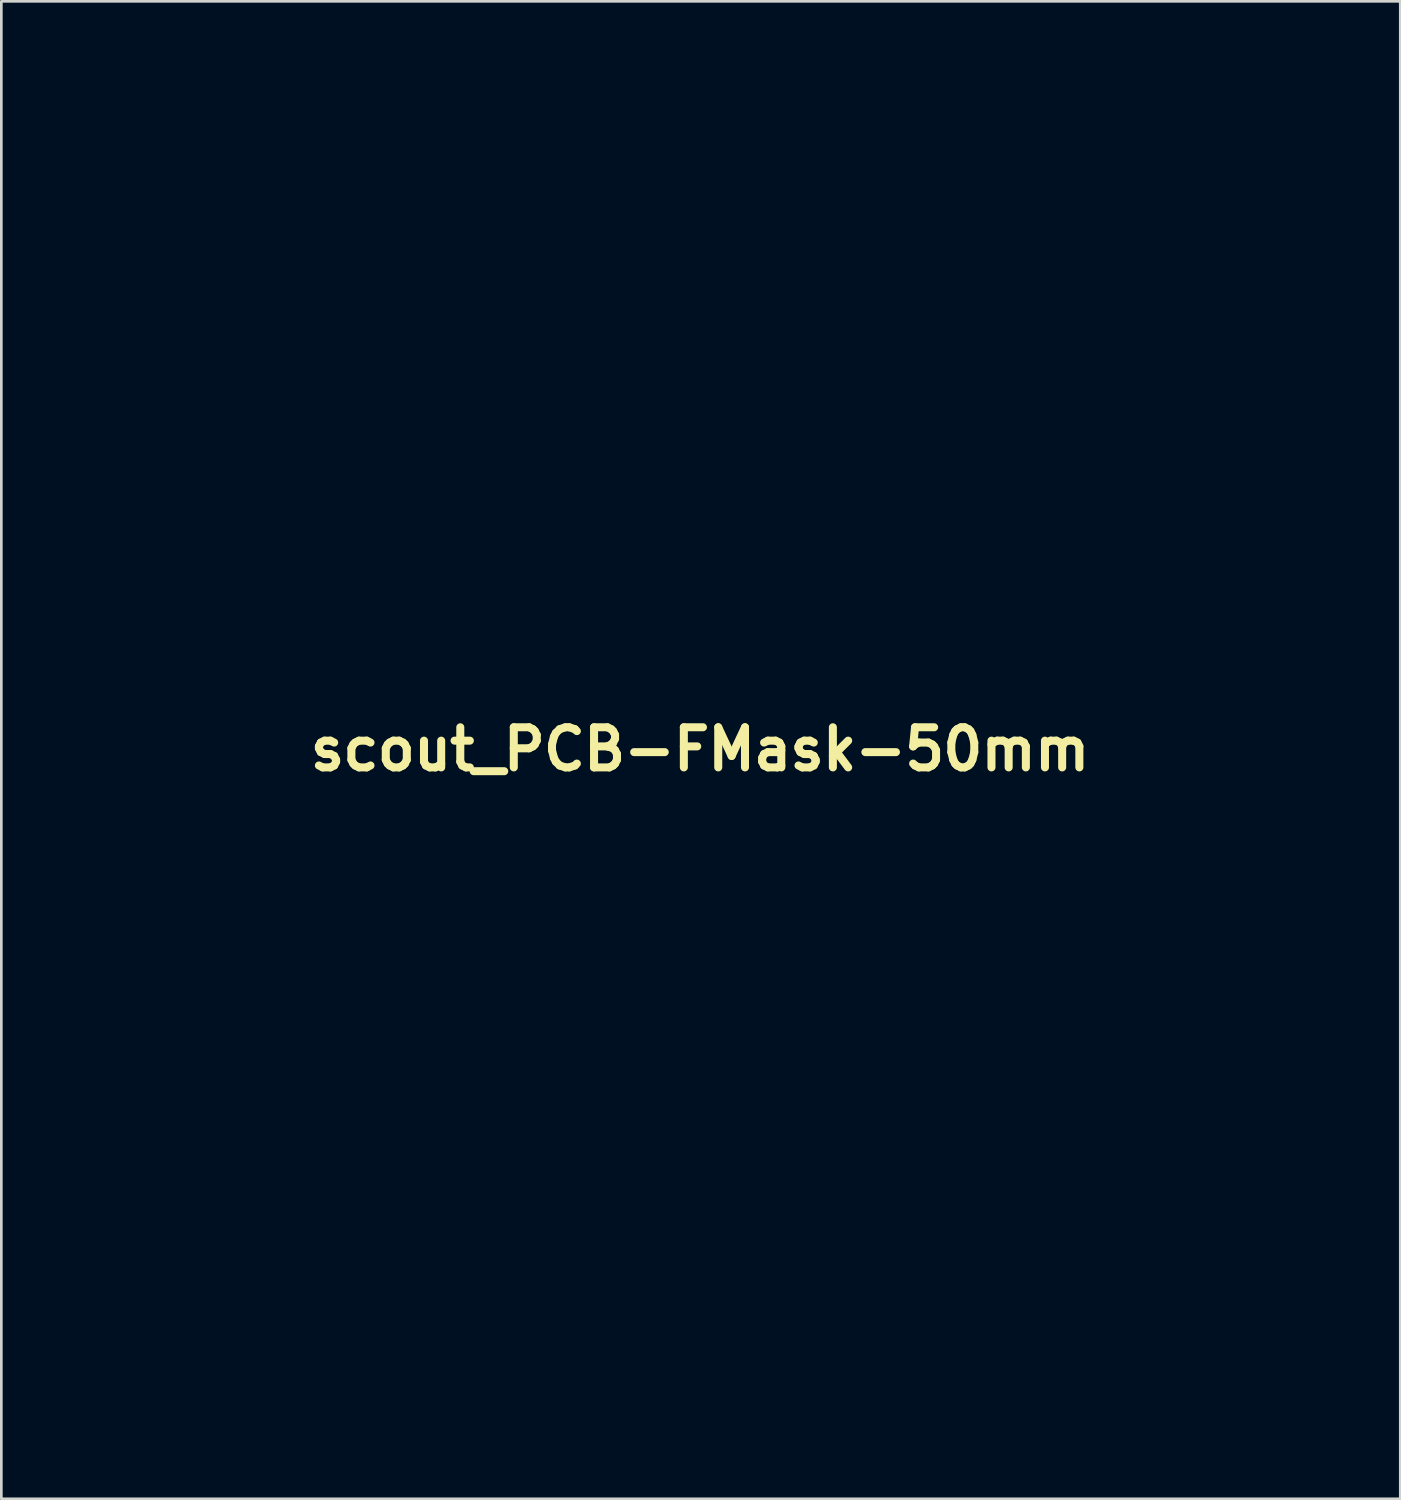
<source format=kicad_pcb>
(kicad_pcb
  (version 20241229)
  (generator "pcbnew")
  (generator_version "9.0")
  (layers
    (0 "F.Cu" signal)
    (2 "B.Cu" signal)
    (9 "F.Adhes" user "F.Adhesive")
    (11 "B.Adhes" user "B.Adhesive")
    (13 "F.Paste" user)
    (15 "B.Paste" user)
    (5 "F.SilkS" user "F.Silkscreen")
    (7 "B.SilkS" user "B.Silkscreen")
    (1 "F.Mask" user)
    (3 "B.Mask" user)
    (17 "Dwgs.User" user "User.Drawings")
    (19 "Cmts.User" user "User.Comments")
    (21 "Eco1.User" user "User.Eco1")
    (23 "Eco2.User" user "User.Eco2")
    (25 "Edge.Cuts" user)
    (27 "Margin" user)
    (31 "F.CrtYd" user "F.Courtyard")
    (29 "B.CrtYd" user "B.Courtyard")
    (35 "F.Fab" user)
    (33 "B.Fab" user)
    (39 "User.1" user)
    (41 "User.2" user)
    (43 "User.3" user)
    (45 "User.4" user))
  (footprint "scout_PCB-FMask-50mm"
    (layer "F.Cu")
    (at 23.122 24.96)
    (property "Reference" "scout_PCB-FMask-50mm" (at 0 0 0) (layer "F.SilkS") (effects (font (size 1.5 1.5) (thickness 0.3))))
    (attr board_only exclude_from_pos_files exclude_from_bom)
    (fp_poly (pts (xy 8.587 -7.63) (xy 8.562 -7.604) (xy 8.536 -7.63) (xy 8.562 -7.656)) (stroke (width 0) (type solid)) (fill yes) (layer "F.Mask"))
    (fp_poly (pts (xy -11.413 -19.16) (xy -11.299 -19.078) (xy -11.16 -18.964) (xy -11.019 -18.841) (xy -10.899 -18.728) (xy -10.825 -18.646) (xy -10.812 -18.62) (xy -10.851 -18.569) (xy -10.946 -18.489) (xy -11.063 -18.404) (xy -11.171 -18.337) (xy -11.234 -18.313) (xy -11.265 -18.358) (xy -11.317 -18.48) (xy -11.38 -18.655) (xy -11.403 -18.724) (xy -11.473 -18.941) (xy -11.514 -19.078) (xy -11.529 -19.153) (xy -11.521 -19.185) (xy -11.494 -19.192) (xy -11.478 -19.192)) (stroke (width 0) (type solid)) (fill yes) (layer "F.Mask"))
    (fp_poly (pts (xy -5.366 -22.067) (xy -5.171 -21.923) (xy -5.006 -21.691) (xy -4.923 -21.505) (xy -4.849 -21.239) (xy -4.815 -20.962) (xy -4.822 -20.707) (xy -4.871 -20.515) (xy -4.985 -20.364) (xy -5.152 -20.255) (xy -5.34 -20.201) (xy -5.515 -20.214) (xy -5.561 -20.235) (xy -5.806 -20.429) (xy -5.992 -20.698) (xy -6.111 -21.028) (xy -6.156 -21.404) (xy -6.156 -21.433) (xy -6.136 -21.692) (xy -6.068 -21.875) (xy -5.942 -22.002) (xy -5.816 -22.068) (xy -5.584 -22.117)) (stroke (width 0) (type solid)) (fill yes) (layer "F.Mask"))
    (fp_poly (pts (xy 3.457 -22.563) (xy 3.636 -22.438) (xy 3.755 -22.235) (xy 3.81 -21.961) (xy 3.8 -21.655) (xy 3.767 -21.446) (xy 3.72 -21.246) (xy 3.687 -21.145) (xy 3.555 -20.92) (xy 3.377 -20.768) (xy 3.172 -20.697) (xy 2.959 -20.711) (xy 2.756 -20.818) (xy 2.747 -20.826) (xy 2.593 -21.014) (xy 2.515 -21.26) (xy 2.511 -21.572) (xy 2.528 -21.703) (xy 2.611 -22.065) (xy 2.734 -22.334) (xy 2.898 -22.51) (xy 3.105 -22.597) (xy 3.219 -22.607)) (stroke (width 0) (type solid)) (fill yes) (layer "F.Mask"))
    (fp_poly (pts (xy 0.51 18.916) (xy 0.631 18.926) (xy 0.926 18.956) (xy 1.125 18.985) (xy 1.238 19.016) (xy 1.271 19.051) (xy 1.232 19.092) (xy 1.215 19.103) (xy 1.132 19.121) (xy 0.966 19.137) (xy 0.736 19.15) (xy 0.461 19.161) (xy 0.161 19.168) (xy -0.145 19.172) (xy -0.436 19.171) (xy -0.693 19.166) (xy -0.898 19.156) (xy -0.979 19.149) (xy -1.167 19.114) (xy -1.263 19.07) (xy -1.263 19.025) (xy -1.167 18.986) (xy -1.05 18.966) (xy -0.238 18.903)) (stroke (width 0) (type solid)) (fill yes) (layer "F.Mask"))
    (fp_poly (pts (xy -13.341 -18.128) (xy -13.231 -18.056) (xy -13.224 -18.05) (xy -13.116 -17.922) (xy -13.088 -17.767) (xy -13.1 -17.659) (xy -13.15 -17.566) (xy -13.256 -17.46) (xy -13.351 -17.383) (xy -13.496 -17.276) (xy -13.614 -17.202) (xy -13.675 -17.177) (xy -13.739 -17.216) (xy -13.838 -17.314) (xy -13.903 -17.39) (xy -13.999 -17.522) (xy -14.06 -17.63) (xy -14.071 -17.668) (xy -14.031 -17.727) (xy -13.93 -17.821) (xy -13.793 -17.931) (xy -13.646 -18.037) (xy -13.515 -18.118) (xy -13.427 -18.157) (xy -13.418 -18.158)) (stroke (width 0) (type solid)) (fill yes) (layer "F.Mask"))
    (fp_poly (pts (xy -2.92 17.076) (xy -2.846 17.109) (xy -2.73 17.103) (xy -2.624 17.089) (xy -2.594 17.122) (xy -2.609 17.206) (xy -2.614 17.334) (xy -2.584 17.41) (xy -2.549 17.502) (xy -2.598 17.556) (xy -2.683 17.554) (xy -2.779 17.568) (xy -2.811 17.61) (xy -2.872 17.685) (xy -2.943 17.668) (xy -2.985 17.589) (xy -3.036 17.505) (xy -3.081 17.485) (xy -3.167 17.452) (xy -3.187 17.381) (xy -3.137 17.321) (xy -3.071 17.236) (xy -3.052 17.146) (xy -3.029 17.044) (xy -2.974 17.024)) (stroke (width 0) (type solid)) (fill yes) (layer "F.Mask"))
    (fp_poly (pts (xy 6.61 -7.905) (xy 6.738 -7.853) (xy 6.914 -7.764) (xy 7.12 -7.648) (xy 7.335 -7.516) (xy 7.398 -7.475) (xy 7.691 -7.254) (xy 7.963 -7) (xy 8.202 -6.729) (xy 8.394 -6.459) (xy 8.526 -6.205) (xy 8.585 -5.985) (xy 8.587 -5.944) (xy 8.587 -5.794) (xy 7.656 -5.794) (xy 6.725 -5.794) (xy 6.723 -5.988) (xy 6.712 -6.292) (xy 6.682 -6.665) (xy 6.638 -7.074) (xy 6.596 -7.397) (xy 6.568 -7.61) (xy 6.55 -7.782) (xy 6.545 -7.888) (xy 6.549 -7.911)) (stroke (width 0) (type solid)) (fill yes) (layer "F.Mask"))
    (fp_poly (pts (xy -8.948 -20.821) (xy -8.746 -20.705) (xy -8.556 -20.489) (xy -8.382 -20.178) (xy -8.253 -19.856) (xy -8.184 -19.592) (xy -8.19 -19.387) (xy -8.278 -19.223) (xy -8.455 -19.082) (xy -8.572 -19.017) (xy -8.685 -18.964) (xy -8.774 -18.941) (xy -8.851 -18.957) (xy -8.925 -19.025) (xy -9.006 -19.153) (xy -9.105 -19.352) (xy -9.232 -19.634) (xy -9.273 -19.725) (xy -9.389 -19.992) (xy -9.489 -20.227) (xy -9.566 -20.414) (xy -9.612 -20.536) (xy -9.622 -20.574) (xy -9.577 -20.625) (xy -9.462 -20.687) (xy -9.309 -20.749) (xy -9.149 -20.798) (xy -9.014 -20.824)) (stroke (width 0) (type solid)) (fill yes) (layer "F.Mask"))
    (fp_poly (pts (xy 3.02 17.046) (xy 3.052 17.132) (xy 3.086 17.258) (xy 3.14 17.341) (xy 3.197 17.414) (xy 3.174 17.449) (xy 3.116 17.467) (xy 3.012 17.531) (xy 2.973 17.594) (xy 2.917 17.672) (xy 2.845 17.688) (xy 2.797 17.639) (xy 2.793 17.609) (xy 2.768 17.552) (xy 2.677 17.555) (xy 2.664 17.558) (xy 2.568 17.568) (xy 2.536 17.517) (xy 2.535 17.49) (xy 2.564 17.396) (xy 2.599 17.367) (xy 2.638 17.328) (xy 2.606 17.245) (xy 2.603 17.239) (xy 2.565 17.134) (xy 2.611 17.091) (xy 2.718 17.102) (xy 2.822 17.104) (xy 2.868 17.075) (xy 2.945 17.02)) (stroke (width 0) (type solid)) (fill yes) (layer "F.Mask"))
    (fp_poly (pts (xy 7.705 -5.54) (xy 7.989 -5.536) (xy 8.237 -5.531) (xy 8.431 -5.525) (xy 8.552 -5.518) (xy 8.583 -5.512) (xy 8.599 -5.447) (xy 8.576 -5.317) (xy 8.523 -5.149) (xy 8.447 -4.971) (xy 8.359 -4.809) (xy 8.347 -4.791) (xy 8.097 -4.478) (xy 7.765 -4.165) (xy 7.371 -3.868) (xy 6.936 -3.603) (xy 6.842 -3.553) (xy 6.668 -3.466) (xy 6.569 -3.426) (xy 6.527 -3.433) (xy 6.525 -3.485) (xy 6.535 -3.531) (xy 6.565 -3.69) (xy 6.598 -3.927) (xy 6.632 -4.217) (xy 6.664 -4.535) (xy 6.691 -4.855) (xy 6.702 -5.005) (xy 6.72 -5.249) (xy 6.74 -5.407) (xy 6.764 -5.495) (xy 6.798 -5.532) (xy 6.821 -5.537) (xy 7.103 -5.54) (xy 7.403 -5.541)) (stroke (width 0) (type solid)) (fill yes) (layer "F.Mask"))
    (fp_poly (pts (xy 4.665 0.291) (xy 4.633 0.381) (xy 4.543 0.518) (xy 4.405 0.693) (xy 4.227 0.894) (xy 4.02 1.111) (xy 3.794 1.335) (xy 3.558 1.554) (xy 3.322 1.758) (xy 3.096 1.938) (xy 2.95 2.041) (xy 2.724 2.184) (xy 2.472 2.326) (xy 2.212 2.46) (xy 1.961 2.578) (xy 1.734 2.673) (xy 1.549 2.737) (xy 1.424 2.763) (xy 1.376 2.749) (xy 1.398 2.697) (xy 1.483 2.603) (xy 1.584 2.512) (xy 1.769 2.332) (xy 1.982 2.083) (xy 2.204 1.789) (xy 2.417 1.474) (xy 2.539 1.274) (xy 2.716 0.971) (xy 3.44 0.728) (xy 3.718 0.632) (xy 3.979 0.536) (xy 4.199 0.451) (xy 4.352 0.386) (xy 4.382 0.371) (xy 4.516 0.305) (xy 4.608 0.264) (xy 4.628 0.259)) (stroke (width 0) (type solid)) (fill yes) (layer "F.Mask"))
    (fp_poly (pts (xy 5.713 -10.707) (xy 5.945 -10.554) (xy 6.145 -10.408) (xy 6.339 -10.246) (xy 6.558 -10.043) (xy 6.706 -9.9) (xy 7.243 -9.322) (xy 7.686 -8.725) (xy 8.049 -8.092) (xy 8.342 -7.405) (xy 8.354 -7.372) (xy 8.439 -7.121) (xy 8.48 -6.962) (xy 8.472 -6.89) (xy 8.412 -6.903) (xy 8.298 -6.998) (xy 8.143 -7.152) (xy 7.851 -7.417) (xy 7.488 -7.684) (xy 7.085 -7.933) (xy 6.82 -8.073) (xy 6.581 -8.211) (xy 6.435 -8.349) (xy 6.369 -8.498) (xy 6.363 -8.567) (xy 6.343 -8.687) (xy 6.288 -8.882) (xy 6.207 -9.131) (xy 6.105 -9.414) (xy 5.991 -9.711) (xy 5.873 -10.001) (xy 5.758 -10.266) (xy 5.653 -10.483) (xy 5.634 -10.519) (xy 5.567 -10.67) (xy 5.567 -10.748) (xy 5.635 -10.749)) (stroke (width 0) (type solid)) (fill yes) (layer "F.Mask"))
    (fp_poly (pts (xy 1.46 -14.111) (xy 1.492 -14.105) (xy 1.673 -14.051) (xy 1.915 -13.951) (xy 2.196 -13.818) (xy 2.491 -13.663) (xy 2.776 -13.497) (xy 2.969 -13.374) (xy 3.194 -13.209) (xy 3.44 -13.008) (xy 3.693 -12.782) (xy 3.94 -12.546) (xy 4.17 -12.313) (xy 4.369 -12.094) (xy 4.525 -11.903) (xy 4.625 -11.753) (xy 4.656 -11.663) (xy 4.65 -11.601) (xy 4.613 -11.601) (xy 4.525 -11.656) (xy 4.428 -11.705) (xy 4.256 -11.779) (xy 4.031 -11.868) (xy 3.777 -11.964) (xy 3.515 -12.059) (xy 3.269 -12.144) (xy 3.062 -12.211) (xy 3 -12.229) (xy 2.829 -12.285) (xy 2.722 -12.351) (xy 2.639 -12.458) (xy 2.59 -12.548) (xy 2.311 -13.004) (xy 1.958 -13.463) (xy 1.674 -13.775) (xy 1.513 -13.94) (xy 1.418 -14.044) (xy 1.382 -14.099) (xy 1.398 -14.117)) (stroke (width 0) (type solid)) (fill yes) (layer "F.Mask"))
    (fp_poly (pts (xy 4.051 -8.778) (xy 4.26 -8.733) (xy 4.524 -8.665) (xy 4.824 -8.581) (xy 5.139 -8.487) (xy 5.448 -8.389) (xy 5.73 -8.293) (xy 5.966 -8.205) (xy 6.135 -8.133) (xy 6.158 -8.121) (xy 6.219 -8.039) (xy 6.278 -7.866) (xy 6.332 -7.616) (xy 6.381 -7.302) (xy 6.42 -6.937) (xy 6.448 -6.534) (xy 6.45 -6.479) (xy 6.482 -5.794) (xy 5.29 -5.794) (xy 4.904 -5.795) (xy 4.609 -5.797) (xy 4.393 -5.803) (xy 4.243 -5.813) (xy 4.147 -5.826) (xy 4.093 -5.846) (xy 4.068 -5.871) (xy 4.066 -5.876) (xy 4.052 -5.963) (xy 4.041 -6.124) (xy 4.035 -6.329) (xy 4.034 -6.406) (xy 4.027 -6.631) (xy 4.01 -6.931) (xy 3.984 -7.279) (xy 3.953 -7.648) (xy 3.917 -8.01) (xy 3.88 -8.337) (xy 3.849 -8.574) (xy 3.834 -8.712) (xy 3.849 -8.776) (xy 3.904 -8.794) (xy 3.92 -8.794)) (stroke (width 0) (type solid)) (fill yes) (layer "F.Mask"))
    (fp_poly (pts (xy 2.27 -14.183) (xy 2.458 -14.129) (xy 2.7 -14.05) (xy 2.987 -13.946) (xy 3.313 -13.82) (xy 3.578 -13.712) (xy 3.921 -13.553) (xy 4.306 -13.346) (xy 4.697 -13.113) (xy 5.058 -12.875) (xy 5.236 -12.746) (xy 5.976 -12.126) (xy 6.627 -11.459) (xy 7.194 -10.737) (xy 7.683 -9.953) (xy 8.098 -9.1) (xy 8.302 -8.587) (xy 8.405 -8.292) (xy 8.476 -8.057) (xy 8.517 -7.887) (xy 8.525 -7.79) (xy 8.502 -7.77) (xy 8.447 -7.834) (xy 8.361 -7.987) (xy 8.307 -8.096) (xy 7.927 -8.778) (xy 7.454 -9.428) (xy 6.897 -10.037) (xy 6.265 -10.595) (xy 5.594 -11.075) (xy 5.389 -11.221) (xy 5.209 -11.374) (xy 5.086 -11.508) (xy 5.076 -11.522) (xy 4.552 -12.225) (xy 3.992 -12.835) (xy 3.391 -13.357) (xy 2.742 -13.798) (xy 2.38 -13.999) (xy 2.193 -14.102) (xy 2.096 -14.17) (xy 2.081 -14.205) (xy 2.142 -14.208)) (stroke (width 0) (type solid)) (fill yes) (layer "F.Mask"))
    (fp_poly (pts (xy 6.117 -2.905) (xy 6.122 -2.835) (xy 6.092 -2.686) (xy 6.031 -2.474) (xy 5.946 -2.216) (xy 5.841 -1.926) (xy 5.723 -1.621) (xy 5.598 -1.317) (xy 5.47 -1.03) (xy 5.412 -0.908) (xy 5.078 -0.222) (xy 4.647 -0.012) (xy 4.332 0.136) (xy 4.016 0.273) (xy 3.714 0.394) (xy 3.44 0.495) (xy 3.208 0.569) (xy 3.034 0.612) (xy 2.933 0.618) (xy 2.915 0.607) (xy 2.912 0.528) (xy 2.94 0.448) (xy 3.051 0.197) (xy 3.174 -0.13) (xy 3.302 -0.509) (xy 3.428 -0.917) (xy 3.543 -1.328) (xy 3.64 -1.718) (xy 3.677 -1.888) (xy 3.719 -2.063) (xy 3.76 -2.199) (xy 3.787 -2.258) (xy 3.862 -2.3) (xy 3.999 -2.34) (xy 4.066 -2.352) (xy 4.242 -2.387) (xy 4.488 -2.446) (xy 4.777 -2.523) (xy 5.083 -2.61) (xy 5.377 -2.698) (xy 5.632 -2.78) (xy 5.792 -2.838) (xy 5.951 -2.89) (xy 6.07 -2.912)) (stroke (width 0) (type solid)) (fill yes) (layer "F.Mask"))
    (fp_poly (pts (xy 2.976 -11.983) (xy 3.115 -11.949) (xy 3.312 -11.888) (xy 3.549 -11.808) (xy 3.807 -11.713) (xy 4.066 -11.611) (xy 4.242 -11.538) (xy 4.542 -11.405) (xy 4.766 -11.292) (xy 4.935 -11.181) (xy 5.068 -11.053) (xy 5.185 -10.888) (xy 5.306 -10.67) (xy 5.421 -10.441) (xy 5.546 -10.172) (xy 5.673 -9.878) (xy 5.794 -9.573) (xy 5.906 -9.274) (xy 6.001 -8.998) (xy 6.075 -8.759) (xy 6.121 -8.575) (xy 6.134 -8.46) (xy 6.126 -8.434) (xy 6.044 -8.415) (xy 5.999 -8.432) (xy 5.882 -8.483) (xy 5.688 -8.553) (xy 5.438 -8.636) (xy 5.156 -8.723) (xy 4.863 -8.808) (xy 4.582 -8.885) (xy 4.336 -8.945) (xy 4.306 -8.952) (xy 3.776 -9.07) (xy 3.728 -9.256) (xy 3.697 -9.379) (xy 3.647 -9.574) (xy 3.586 -9.816) (xy 3.524 -10.062) (xy 3.42 -10.457) (xy 3.323 -10.79) (xy 3.221 -11.099) (xy 3.1 -11.422) (xy 3.028 -11.604) (xy 2.963 -11.779) (xy 2.922 -11.913) (xy 2.913 -11.982) (xy 2.915 -11.985)) (stroke (width 0) (type solid)) (fill yes) (layer "F.Mask"))
    (fp_poly (pts (xy 5.68 -5.54) (xy 5.954 -5.538) (xy 6.185 -5.534) (xy 6.354 -5.528) (xy 6.443 -5.521) (xy 6.452 -5.518) (xy 6.471 -5.454) (xy 6.477 -5.306) (xy 6.47 -5.093) (xy 6.454 -4.833) (xy 6.43 -4.546) (xy 6.399 -4.251) (xy 6.364 -3.965) (xy 6.327 -3.707) (xy 6.288 -3.497) (xy 6.251 -3.353) (xy 6.232 -3.308) (xy 6.159 -3.252) (xy 6.007 -3.179) (xy 5.794 -3.093) (xy 5.536 -2.999) (xy 5.249 -2.903) (xy 4.951 -2.81) (xy 4.659 -2.726) (xy 4.388 -2.654) (xy 4.156 -2.6) (xy 3.98 -2.571) (xy 3.877 -2.569) (xy 3.858 -2.58) (xy 3.856 -2.641) (xy 3.864 -2.785) (xy 3.882 -2.99) (xy 3.908 -3.235) (xy 3.911 -3.26) (xy 3.941 -3.564) (xy 3.971 -3.927) (xy 3.997 -4.308) (xy 4.016 -4.661) (xy 4.018 -4.697) (xy 4.032 -4.972) (xy 4.049 -5.209) (xy 4.067 -5.389) (xy 4.084 -5.494) (xy 4.092 -5.513) (xy 4.155 -5.521) (xy 4.304 -5.528) (xy 4.519 -5.533) (xy 4.782 -5.537) (xy 5.076 -5.54) (xy 5.381 -5.541)) (stroke (width 0) (type solid)) (fill yes) (layer "F.Mask"))
    (fp_poly (pts (xy 8.474 -4.453) (xy 8.469 -4.354) (xy 8.423 -4.183) (xy 8.344 -3.959) (xy 8.239 -3.7) (xy 8.118 -3.427) (xy 7.988 -3.156) (xy 7.858 -2.908) (xy 7.735 -2.702) (xy 7.65 -2.579) (xy 7.561 -2.456) (xy 7.508 -2.362) (xy 7.501 -2.338) (xy 7.465 -2.271) (xy 7.365 -2.149) (xy 7.216 -1.985) (xy 7.032 -1.793) (xy 6.825 -1.586) (xy 6.609 -1.378) (xy 6.399 -1.183) (xy 6.207 -1.014) (xy 6.048 -0.885) (xy 6.037 -0.878) (xy 5.82 -0.719) (xy 5.672 -0.62) (xy 5.582 -0.576) (xy 5.541 -0.579) (xy 5.535 -0.602) (xy 5.557 -0.66) (xy 5.614 -0.788) (xy 5.696 -0.963) (xy 5.74 -1.055) (xy 5.843 -1.286) (xy 5.963 -1.587) (xy 6.088 -1.927) (xy 6.21 -2.277) (xy 6.315 -2.608) (xy 6.395 -2.887) (xy 6.397 -2.897) (xy 6.429 -2.988) (xy 6.486 -3.065) (xy 6.585 -3.143) (xy 6.748 -3.239) (xy 6.882 -3.311) (xy 7.351 -3.584) (xy 7.766 -3.869) (xy 8.106 -4.154) (xy 8.223 -4.271) (xy 8.347 -4.391) (xy 8.436 -4.455)) (stroke (width 0) (type solid)) (fill yes) (layer "F.Mask"))
    (fp_poly (pts (xy 8.526 -3.581) (xy 8.517 -3.484) (xy 8.48 -3.32) (xy 8.425 -3.119) (xy 8.361 -2.912) (xy 8.296 -2.729) (xy 8.24 -2.6) (xy 8.217 -2.563) (xy 8.176 -2.469) (xy 8.174 -2.442) (xy 8.148 -2.349) (xy 8.079 -2.185) (xy 7.974 -1.967) (xy 7.844 -1.715) (xy 7.698 -1.444) (xy 7.545 -1.173) (xy 7.395 -0.921) (xy 7.257 -0.705) (xy 6.977 -0.326) (xy 6.629 0.082) (xy 6.237 0.495) (xy 5.821 0.892) (xy 5.405 1.25) (xy 5.051 1.519) (xy 4.585 1.825) (xy 4.104 2.097) (xy 3.588 2.343) (xy 3.017 2.574) (xy 2.369 2.799) (xy 2.134 2.874) (xy 2.075 2.865) (xy 2.069 2.848) (xy 2.112 2.806) (xy 2.227 2.729) (xy 2.395 2.63) (xy 2.522 2.561) (xy 3.136 2.181) (xy 3.73 1.707) (xy 4.294 1.148) (xy 4.817 0.514) (xy 4.826 0.502) (xy 5.013 0.257) (xy 5.166 0.075) (xy 5.308 -0.067) (xy 5.463 -0.193) (xy 5.654 -0.324) (xy 5.686 -0.345) (xy 5.893 -0.483) (xy 6.085 -0.615) (xy 6.232 -0.723) (xy 6.285 -0.764) (xy 6.795 -1.214) (xy 7.224 -1.645) (xy 7.588 -2.077) (xy 7.901 -2.528) (xy 8.179 -3.019) (xy 8.286 -3.233) (xy 8.392 -3.446) (xy 8.465 -3.57) (xy 8.508 -3.612)) (stroke (width 0) (type solid)) (fill yes) (layer "F.Mask"))
    (fp_poly (pts (xy 0.669 -24.959) (xy 1.199 -24.956) (xy 1.655 -24.948) (xy 2.052 -24.935) (xy 2.407 -24.915) (xy 2.733 -24.888) (xy 3.046 -24.852) (xy 3.361 -24.805) (xy 3.693 -24.747) (xy 4.056 -24.676) (xy 4.455 -24.594) (xy 5.875 -24.244) (xy 7.276 -23.794) (xy 8.65 -23.25) (xy 9.99 -22.614) (xy 11.289 -21.89) (xy 12.539 -21.083) (xy 13.733 -20.195) (xy 14.818 -19.273) (xy 15.954 -18.179) (xy 17.003 -17.035) (xy 17.971 -15.836) (xy 18.863 -14.573) (xy 19.683 -13.241) (xy 20.437 -11.832) (xy 20.491 -11.724) (xy 21.166 -10.24) (xy 21.745 -8.721) (xy 22.226 -7.167) (xy 22.609 -5.582) (xy 22.894 -3.966) (xy 23.08 -2.321) (xy 23.168 -0.649) (xy 23.176 0) (xy 23.127 1.678) (xy 22.982 3.322) (xy 22.739 4.933) (xy 22.398 6.513) (xy 21.959 8.066) (xy 21.42 9.594) (xy 20.781 11.099) (xy 20.461 11.769) (xy 19.694 13.211) (xy 18.856 14.579) (xy 17.946 15.872) (xy 16.965 17.09) (xy 15.912 18.234) (xy 14.787 19.305) (xy 13.589 20.301) (xy 13.554 20.329) (xy 12.308 21.235) (xy 11.035 22.042) (xy 9.732 22.752) (xy 8.395 23.366) (xy 7.018 23.886) (xy 5.598 24.314) (xy 4.13 24.651) (xy 2.61 24.9) (xy 2.483 24.917) (xy 2.285 24.936) (xy 2.002 24.953) (xy 1.652 24.97) (xy 1.251 24.985) (xy 0.819 24.998) (xy 0.373 25.009) (xy -0.07 25.016) (xy -0.49 25.021) (xy -0.87 25.022) (xy -1.193 25.018) (xy -1.44 25.011) (xy -1.526 25.005) (xy -3.024 24.837) (xy -4.496 24.569) (xy -5.544 24.305) (xy 1.811 24.305) (xy 1.829 24.342) (xy 1.892 24.305) (xy 1.938 24.263) (xy 2.017 24.17) (xy 2.039 24.101) (xy 2.037 24.096) (xy 1.985 24.088) (xy 1.91 24.138) (xy 1.841 24.22) (xy 1.811 24.303) (xy 1.811 24.305) (xy -5.544 24.305) (xy -5.938 24.205) (xy -6.315 24.083) (xy -2.26 24.083) (xy -2.213 24.173) (xy -2.141 24.245) (xy -2.093 24.262) (xy -2.026 24.238) (xy -2.018 24.218) (xy -2.051 24.153) (xy -2.126 24.078) (xy -2.207 24.022) (xy -2.255 24.016) (xy -2.26 24.083) (xy -6.315 24.083) (xy -7.248 23.779) (xy -2.018 23.779) (xy -1.985 23.838) (xy -1.927 23.903) (xy -1.847 23.961) (xy -1.781 23.939) (xy -1.77 23.929) (xy 1.5 23.929) (xy 1.539 23.989) (xy 1.627 23.999) (xy 1.723 23.96) (xy 1.755 23.93) (xy 1.787 23.854) (xy 1.761 23.823) (xy 1.665 23.808) (xy 1.562 23.845) (xy 1.503 23.912) (xy 1.5 23.929) (xy -1.77 23.929) (xy -1.766 23.925) (xy -1.722 23.843) (xy -1.726 23.822) (xy -0.503 23.822) (xy -0.445 23.844) (xy -0.317 23.799) (xy -0.256 23.769) (xy -0.221 23.747) (xy 0.441 23.747) (xy 0.499 23.792) (xy 0.5 23.792) (xy 0.615 23.824) (xy 0.771 23.824) (xy 0.916 23.797) (xy 0.991 23.757) (xy 1.001 23.686) (xy 0.948 23.597) (xy 0.858 23.519) (xy 0.758 23.486) (xy 0.756 23.486) (xy 0.639 23.522) (xy 0.522 23.61) (xy 0.522 23.61) (xy 0.447 23.698) (xy 0.441 23.747) (xy -0.221 23.747) (xy -0.152 23.703) (xy -0.104 23.649) (xy -0.103 23.645) (xy -0.144 23.594) (xy -0.241 23.555) (xy -0.353 23.536) (xy -0.441 23.546) (xy -0.466 23.576) (xy -0.479 23.653) (xy -0.498 23.732) (xy -0.503 23.822) (xy -1.726 23.822) (xy -1.73 23.801) (xy -1.793 23.763) (xy -1.893 23.745) (xy -1.983 23.751) (xy -2.018 23.779) (xy -7.248 23.779) (xy -7.347 23.747) (xy -7.826 23.555) (xy -1.847 23.555) (xy -1.762 23.614) (xy -1.746 23.623) (xy -1.592 23.681) (xy -1.499 23.669) (xy -1.493 23.662) (xy -1.125 23.662) (xy -1.036 23.726) (xy -1.022 23.733) (xy -0.877 23.786) (xy -0.774 23.771) (xy -0.702 23.715) (xy -0.63 23.612) (xy -0.648 23.546) (xy -0.746 23.52) (xy -0.917 23.54) (xy -0.996 23.56) (xy -1.112 23.609) (xy -1.125 23.662) (xy -1.493 23.662) (xy -1.475 23.643) (xy -1.479 23.568) (xy -1.529 23.463) (xy -1.595 23.377) (xy -1.657 23.37) (xy -1.738 23.416) (xy -1.839 23.496) (xy -1.847 23.555) (xy -7.826 23.555) (xy -8.719 23.196) (xy -9.192 22.969) (xy -1.499 22.969) (xy -1.482 23.11) (xy -1.451 23.248) (xy -1.443 23.271) (xy -1.387 23.385) (xy -1.301 23.429) (xy -1.211 23.434) (xy -1.093 23.423) (xy -1.036 23.394) (xy -1.035 23.389) (xy -1.043 23.372) (xy -0.386 23.372) (xy -0.173 23.429) (xy -0.024 23.483) (xy 0.086 23.546) (xy 0.104 23.564) (xy 0.171 23.628) (xy 0.241 23.627) (xy 0.35 23.561) (xy 0.353 23.559) (xy 0.426 23.475) (xy 0.411 23.423) (xy 1.05 23.423) (xy 1.073 23.486) (xy 1.162 23.587) (xy 1.28 23.698) (xy 1.373 23.736) (xy 1.477 23.709) (xy 1.54 23.676) (xy 1.658 23.61) (xy 1.54 23.5) (xy 1.385 23.396) (xy 1.223 23.351) (xy 1.091 23.377) (xy 1.087 23.38) (xy 1.05 23.423) (xy 0.411 23.423) (xy 0.401 23.39) (xy 0.276 23.301) (xy 0.166 23.25) (xy 0.003 23.191) (xy -0.11 23.185) (xy -0.212 23.233) (xy -0.265 23.274) (xy -0.386 23.372) (xy -1.043 23.372) (xy -1.07 23.321) (xy -1.112 23.279) (xy -1.178 23.187) (xy -1.19 23.136) (xy -1.196 23.123) (xy -0.998 23.123) (xy -0.952 23.196) (xy -0.853 23.26) (xy -0.748 23.29) (xy -0.64 23.28) (xy -0.526 23.237) (xy -0.438 23.179) (xy -0.423 23.152) (xy 0.323 23.152) (xy 0.339 23.185) (xy 0.412 23.226) (xy 0.628 23.319) (xy 0.8 23.336) (xy 0.946 23.285) (xy 1.039 23.225) (xy 1.05 23.182) (xy 1.001 23.137) (xy 0.883 23.095) (xy 0.709 23.078) (xy 0.525 23.087) (xy 0.389 23.119) (xy 0.323 23.152) (xy -0.423 23.152) (xy -0.407 23.123) (xy -0.417 23.105) (xy -0.49 23.081) (xy -0.624 23.062) (xy -0.722 23.055) (xy 1.25 23.055) (xy 1.327 23.168) (xy 1.358 23.192) (xy 1.47 23.261) (xy 1.534 23.255) (xy 1.582 23.164) (xy 1.598 23.119) (xy 1.626 22.948) (xy 1.601 22.86) (xy 1.556 22.797) (xy 1.497 22.793) (xy 1.395 22.84) (xy 1.273 22.94) (xy 1.25 23.055) (xy -0.722 23.055) (xy -0.777 23.051) (xy -0.908 23.051) (xy -0.969 23.063) (xy -0.998 23.123) (xy -1.196 23.123) (xy -1.223 23.061) (xy -1.302 22.959) (xy -1.394 22.865) (xy -1.468 22.815) (xy -1.477 22.813) (xy -1.498 22.858) (xy -1.499 22.969) (xy -9.192 22.969) (xy -9.999 22.581) (xy -1.38 22.581) (xy -1.367 22.651) (xy -1.316 22.713) (xy -1.255 22.774) (xy -1.204 22.78) (xy -1.191 22.77) (xy -0.914 22.77) (xy -0.838 22.828) (xy -0.789 22.843) (xy -0.666 22.872) (xy -0.595 22.891) (xy -0.5 22.907) (xy -0.439 22.856) (xy -0.411 22.808) (xy -0.406 22.791) (xy -0.259 22.791) (xy -0.225 22.89) (xy -0.121 22.916) (xy -0.02 22.889) (xy 0.385 22.889) (xy 0.422 22.912) (xy 0.535 22.917) (xy 0.689 22.894) (xy 0.774 22.816) (xy 0.777 22.812) (xy 0.808 22.709) (xy 0.983 22.709) (xy 0.992 22.799) (xy 1.03 22.834) (xy 1.114 22.813) (xy 1.262 22.736) (xy 1.332 22.695) (xy 1.454 22.6) (xy 1.498 22.487) (xy 1.5 22.445) (xy 1.5 22.414) (xy 1.707 22.414) (xy 1.718 22.516) (xy 1.767 22.54) (xy 1.824 22.527) (xy 1.96 22.471) (xy 2.059 22.417) (xy 2.144 22.334) (xy 2.143 22.229) (xy 2.112 22.135) (xy 2.099 22.104) (xy 2.051 22.116) (xy 1.943 22.16) (xy 1.898 22.179) (xy 1.77 22.253) (xy 1.715 22.336) (xy 1.707 22.414) (xy 1.5 22.414) (xy 1.5 22.294) (xy 1.242 22.425) (xy 1.09 22.51) (xy 1.012 22.582) (xy 0.985 22.666) (xy 0.983 22.709) (xy 0.808 22.709) (xy 0.813 22.696) (xy 0.771 22.644) (xy 0.662 22.664) (xy 0.627 22.681) (xy 0.501 22.761) (xy 0.417 22.836) (xy 0.385 22.889) (xy -0.02 22.889) (xy 0.053 22.869) (xy 0.118 22.842) (xy 0.262 22.767) (xy 0.379 22.692) (xy 0.38 22.69) (xy 0.443 22.631) (xy 0.441 22.575) (xy 0.381 22.488) (xy 0.286 22.362) (xy 0.13 22.478) (xy -0.007 22.567) (xy -0.133 22.627) (xy -0.142 22.63) (xy -0.239 22.702) (xy -0.259 22.791) (xy -0.406 22.791) (xy -0.381 22.707) (xy -0.429 22.641) (xy -0.568 22.597) (xy -0.595 22.591) (xy -0.739 22.59) (xy -0.85 22.632) (xy -0.913 22.698) (xy -0.914 22.77) (xy -1.191 22.77) (xy -1.134 22.726) (xy -1.057 22.647) (xy -0.947 22.51) (xy -0.871 22.373) (xy -0.859 22.335) (xy -0.857 22.322) (xy -0.656 22.322) (xy -0.624 22.396) (xy -0.492 22.447) (xy -0.436 22.457) (xy -0.303 22.479) (xy -0.224 22.494) (xy -0.216 22.496) (xy -0.164 22.48) (xy -0.1 22.45) (xy -0.012 22.381) (xy -0.02 22.342) (xy 0.453 22.342) (xy 0.498 22.407) (xy 0.573 22.483) (xy 0.627 22.495) (xy 0.712 22.456) (xy 0.817 22.413) (xy 0.97 22.36) (xy 1.024 22.344) (xy 1.193 22.285) (xy 1.26 22.236) (xy 1.23 22.19) (xy 1.103 22.14) (xy 1.091 22.136) (xy 0.921 22.101) (xy 0.778 22.12) (xy 0.714 22.142) (xy 0.543 22.218) (xy 0.46 22.28) (xy 0.453 22.342) (xy -0.02 22.342) (xy -0.025 22.315) (xy -0.092 22.263) (xy -0.273 22.184) (xy -0.445 22.165) (xy -0.576 22.209) (xy -0.591 22.222) (xy -0.656 22.322) (xy -0.857 22.322) (xy -0.849 22.233) (xy -0.87 22.193) (xy -0.984 22.225) (xy -1.128 22.306) (xy -1.261 22.408) (xy -1.328 22.483) (xy -1.38 22.581) (xy -9.999 22.581) (xy -10.053 22.555) (xy -10.378 22.371) (xy -2.054 22.371) (xy -2.053 22.416) (xy -1.975 22.462) (xy -1.914 22.489) (xy -1.737 22.545) (xy -1.616 22.523) (xy -1.55 22.447) (xy -1.511 22.361) (xy -1.509 22.33) (xy -1.562 22.302) (xy -1.642 22.257) (xy -1.792 22.199) (xy -1.909 22.224) (xy -1.992 22.296) (xy -2.054 22.371) (xy -10.378 22.371) (xy -10.899 22.077) (xy -2.661 22.077) (xy -2.481 22.186) (xy -2.356 22.261) (xy -2.284 22.288) (xy -2.229 22.268) (xy -2.164 22.211) (xy -2.082 22.113) (xy -2.083 22.082) (xy 2.28 22.082) (xy 2.305 22.208) (xy 2.308 22.214) (xy 2.345 22.279) (xy 2.399 22.283) (xy 2.493 22.221) (xy 2.572 22.154) (xy 2.675 22.05) (xy 2.706 21.968) (xy 2.688 21.896) (xy 2.645 21.788) (xy 2.845 21.788) (xy 2.868 21.903) (xy 2.936 21.925) (xy 3.05 21.855) (xy 3.088 21.822) (xy 3.174 21.7) (xy 3.206 21.568) (xy 3.178 21.464) (xy 3.152 21.44) (xy 3.073 21.444) (xy 2.979 21.516) (xy 2.897 21.627) (xy 2.849 21.749) (xy 2.845 21.788) (xy 2.645 21.788) (xy 2.642 21.78) (xy 2.459 21.888) (xy 2.327 21.985) (xy 2.28 22.082) (xy -2.083 22.082) (xy -2.084 22.052) (xy -2.141 22.037) (xy -2.231 22.001) (xy -2.276 21.96) (xy -2.349 21.895) (xy -2.423 21.899) (xy -2.535 21.975) (xy -2.54 21.98) (xy -2.661 22.077) (xy -10.899 22.077) (xy -11.343 21.826) (xy -11.564 21.681) (xy -3.13 21.681) (xy -3.11 21.735) (xy -3.019 21.815) (xy -2.855 21.915) (xy -2.724 21.92) (xy -2.637 21.855) (xy -2.601 21.783) (xy -2.649 21.716) (xy -2.669 21.7) (xy -2.838 21.608) (xy -2.992 21.59) (xy -3.084 21.629) (xy -3.13 21.681) (xy -11.564 21.681) (xy -12.189 21.272) (xy -3.609 21.272) (xy -3.56 21.344) (xy -3.491 21.417) (xy -3.391 21.52) (xy -3.33 21.561) (xy -3.271 21.547) (xy -3.183 21.491) (xy -3.059 21.409) (xy -3.223 21.263) (xy -3.34 21.171) (xy -3.425 21.148) (xy -3.491 21.17) (xy -3.586 21.224) (xy -3.609 21.272) (xy -12.189 21.272) (xy -12.588 21.011) (xy -12.857 20.809) (xy -4.02 20.809) (xy -3.929 20.925) (xy -3.876 20.972) (xy -3.757 21.057) (xy -3.67 21.072) (xy -3.617 21.053) (xy -3.538 20.996) (xy -3.518 20.965) (xy -3.55 20.909) (xy -3.63 20.814) (xy -3.649 20.793) (xy -3.781 20.693) (xy -3.908 20.68) (xy -4.013 20.727) (xy -4.02 20.809) (xy -12.857 20.809) (xy -13.157 20.583) (xy -0.992 20.583) (xy -0.833 20.813) (xy -0.686 20.996) (xy -0.506 21.171) (xy -0.318 21.32) (xy -0.145 21.425) (xy -0.011 21.467) (xy -0.01 21.467) (xy 0.087 21.445) (xy 0.17 21.409) (xy 0.25 21.359) (xy 3.29 21.359) (xy 3.32 21.441) (xy 3.381 21.577) (xy 3.534 21.424) (xy 3.634 21.304) (xy 3.662 21.2) (xy 3.653 21.137) (xy 3.601 21.03) (xy 3.522 21.02) (xy 3.415 21.109) (xy 3.375 21.157) (xy 3.3 21.269) (xy 3.29 21.359) (xy 0.25 21.359) (xy 0.283 21.338) (xy 0.341 21.292) (xy 0.417 21.221) (xy 0.527 21.12) (xy 0.549 21.1) (xy 0.758 20.882) (xy 3.72 20.882) (xy 3.74 20.938) (xy 3.789 21.028) (xy 3.84 21.043) (xy 3.923 20.983) (xy 3.967 20.942) (xy 4.068 20.81) (xy 4.071 20.686) (xy 4.001 20.58) (xy 3.942 20.525) (xy 3.894 20.533) (xy 3.828 20.613) (xy 3.801 20.653) (xy 3.728 20.783) (xy 3.72 20.882) (xy 0.758 20.882) (xy 0.796 20.843) (xy 0.929 20.645) (xy 0.956 20.55) (xy 0.918 20.449) (xy 0.881 20.395) (xy 0.807 20.267) (xy 0.725 20.086) (xy 0.649 19.887) (xy 0.592 19.707) (xy 0.569 19.582) (xy 0.569 19.579) (xy 0.541 19.546) (xy 0.754 19.546) (xy 0.767 19.642) (xy 0.775 19.679) (xy 0.853 19.903) (xy 0.977 20.129) (xy 1.124 20.321) (xy 1.259 20.437) (xy 1.401 20.512) (xy 1.517 20.531) (xy 1.654 20.495) (xy 1.726 20.466) (xy 1.879 20.373) (xy 4.076 20.373) (xy 4.122 20.442) (xy 4.126 20.447) (xy 4.203 20.519) (xy 4.261 20.518) (xy 4.322 20.435) (xy 4.364 20.35) (xy 4.418 20.225) (xy 4.424 20.15) (xy 4.382 20.084) (xy 4.365 20.065) (xy 4.28 19.987) (xy 4.219 19.988) (xy 4.16 20.075) (xy 4.123 20.162) (xy 4.077 20.293) (xy 4.076 20.373) (xy 1.879 20.373) (xy 1.88 20.372) (xy 2.015 20.241) (xy 2.103 20.104) (xy 2.121 20.026) (xy 2.1 19.973) (xy 2.023 19.955) (xy 1.895 19.96) (xy 1.736 19.959) (xy 1.615 19.916) (xy 1.487 19.817) (xy 1.369 19.693) (xy 1.34 19.65) (xy 4.36 19.65) (xy 4.362 19.771) (xy 4.41 19.865) (xy 4.476 19.949) (xy 4.533 19.949) (xy 4.597 19.86) (xy 4.634 19.786) (xy 4.687 19.663) (xy 4.69 19.588) (xy 4.643 19.517) (xy 4.626 19.498) (xy 4.531 19.394) (xy 4.439 19.513) (xy 4.36 19.65) (xy 1.34 19.65) (xy 1.287 19.57) (xy 1.273 19.531) (xy 1.24 19.45) (xy 1.174 19.423) (xy 1.047 19.433) (xy 0.874 19.46) (xy 0.783 19.491) (xy 0.754 19.546) (xy 0.541 19.546) (xy 0.526 19.528) (xy 0.422 19.507) (xy 0.295 19.513) (xy 0.183 19.543) (xy 0.122 19.597) (xy 0.12 19.606) (xy 0.112 19.691) (xy 0.098 19.85) (xy 0.082 20.054) (xy 0.076 20.142) (xy 0.051 20.378) (xy 0.02 20.513) (xy -0.013 20.549) (xy -0.045 20.489) (xy -0.075 20.334) (xy -0.098 20.087) (xy -0.103 20.005) (xy -0.129 19.529) (xy -0.344 19.513) (xy -0.482 19.509) (xy -0.55 19.537) (xy -0.584 19.619) (xy -0.595 19.668) (xy -0.635 19.798) (xy -0.708 19.982) (xy -0.798 20.185) (xy -0.811 20.211) (xy -0.992 20.583) (xy -13.157 20.583) (xy -13.64 20.22) (xy -4.353 20.22) (xy -4.307 20.346) (xy -4.293 20.371) (xy -4.196 20.491) (xy -4.081 20.535) (xy -4.036 20.537) (xy -3.926 20.531) (xy -3.88 20.515) (xy -3.88 20.514) (xy -3.911 20.428) (xy -3.985 20.313) (xy -4.075 20.203) (xy -4.156 20.133) (xy -4.182 20.124) (xy -4.312 20.148) (xy -4.353 20.22) (xy -13.64 20.22) (xy -13.783 20.112) (xy -14.236 19.723) (xy -4.607 19.723) (xy -4.535 19.882) (xy -4.526 19.897) (xy -4.432 19.979) (xy -4.323 19.981) (xy -4.279 19.968) (xy -2.175 19.968) (xy -2.073 20.167) (xy -1.941 20.341) (xy -1.759 20.472) (xy -1.566 20.534) (xy -1.532 20.536) (xy -1.425 20.511) (xy -1.288 20.446) (xy -1.269 20.435) (xy -1.161 20.336) (xy -1.042 20.178) (xy -0.93 19.992) (xy -0.84 19.806) (xy -0.789 19.649) (xy -0.784 19.573) (xy -0.827 19.506) (xy -0.935 19.47) (xy -1.022 19.461) (xy -1.164 19.458) (xy -1.245 19.491) (xy -1.305 19.582) (xy -1.325 19.621) (xy -1.47 19.817) (xy -1.681 19.933) (xy -1.936 19.968) (xy -2.175 19.968) (xy -4.279 19.968) (xy -4.224 19.952) (xy -4.19 19.923) (xy -4.215 19.862) (xy -4.276 19.751) (xy -4.295 19.719) (xy -4.392 19.598) (xy -4.49 19.562) (xy -4.515 19.564) (xy -4.6 19.614) (xy -4.607 19.723) (xy -14.236 19.723) (xy -14.926 19.131) (xy -15.045 19.014) (xy -4.807 19.014) (xy -4.79 19.126) (xy -4.754 19.236) (xy -4.689 19.357) (xy -4.593 19.398) (xy -4.573 19.399) (xy -4.475 19.372) (xy -4.449 19.325) (xy -4.485 19.152) (xy -4.562 19.044) (xy -1.5 19.044) (xy -1.459 19.093) (xy -1.357 19.16) (xy -1.337 19.171) (xy -1.165 19.228) (xy -0.908 19.271) (xy -0.582 19.299) (xy -0.203 19.311) (xy 0.21 19.308) (xy 0.642 19.287) (xy 0.86 19.27) (xy 1.068 19.239) (xy 1.259 19.189) (xy 1.334 19.159) (xy 4.56 19.159) (xy 4.594 19.244) (xy 4.633 19.278) (xy 4.728 19.336) (xy 4.785 19.322) (xy 4.821 19.225) (xy 4.837 19.137) (xy 4.859 18.995) (xy 4.851 18.922) (xy 4.8 18.885) (xy 4.723 18.86) (xy 4.646 18.85) (xy 4.603 18.898) (xy 4.574 19.017) (xy 4.56 19.159) (xy 1.334 19.159) (xy 1.409 19.128) (xy 1.491 19.066) (xy 1.5 19.042) (xy 1.449 18.98) (xy 1.3 18.924) (xy 1.058 18.873) (xy 0.728 18.829) (xy 0.656 18.822) (xy 0.339 18.801) (xy 0.005 18.795) (xy -0.331 18.804) (xy -0.653 18.826) (xy -0.945 18.858) (xy -1.19 18.9) (xy -1.374 18.95) (xy -1.48 19.006) (xy -1.5 19.044) (xy -4.562 19.044) (xy -4.578 19.023) (xy -4.678 18.973) (xy -4.771 18.969) (xy -4.807 19.014) (xy -15.045 19.014) (xy -15.702 18.374) (xy -6.589 18.374) (xy -6.564 18.537) (xy -6.446 18.687) (xy -6.349 18.757) (xy -6.27 18.77) (xy -6.159 18.73) (xy -6.131 18.718) (xy -6.001 18.611) (xy -5.95 18.464) (xy -5.951 18.46) (xy -4.914 18.46) (xy -4.898 18.642) (xy -4.842 18.742) (xy -4.733 18.777) (xy -4.703 18.778) (xy -4.604 18.77) (xy -4.572 18.723) (xy -4.586 18.61) (xy -4.621 18.469) (xy -4.674 18.394) (xy -4.775 18.348) (xy -4.798 18.341) (xy -4.88 18.329) (xy -4.911 18.38) (xy -4.914 18.46) (xy -5.951 18.46) (xy -5.979 18.305) (xy -6.089 18.162) (xy -6.108 18.147) (xy -6.22 18.082) (xy -6.319 18.086) (xy -6.374 18.108) (xy -6.525 18.223) (xy -6.589 18.374) (xy -15.702 18.374) (xy -16.012 18.071) (xy -16.339 17.71) (xy -8.579 17.71) (xy -8.518 17.859) (xy -8.397 17.96) (xy -8.38 17.967) (xy -8.245 17.994) (xy -8.133 17.954) (xy -8.072 17.901) (xy -4.966 17.901) (xy -4.954 18.045) (xy -4.908 18.122) (xy -4.85 18.153) (xy -4.733 18.18) (xy -4.674 18.136) (xy -4.656 18.008) (xy -4.656 17.984) (xy -4.688 17.808) (xy -4.782 17.711) (xy -4.873 17.692) (xy -4.935 17.714) (xy -4.962 17.795) (xy -4.966 17.901) (xy -8.072 17.901) (xy -8.037 17.871) (xy -7.946 17.753) (xy -7.934 17.657) (xy -3.728 17.657) (xy -3.674 17.968) (xy -3.548 18.252) (xy -3.36 18.49) (xy -3.114 18.663) (xy -3.019 18.703) (xy -2.835 18.762) (xy -2.723 18.769) (xy -2.661 18.714) (xy -2.627 18.586) (xy -2.616 18.512) (xy -2.542 18.26) (xy -2.404 18.077) (xy -2.217 17.971) (xy -1.997 17.953) (xy -1.76 18.028) (xy -1.589 18.161) (xy -1.441 18.354) (xy -1.349 18.561) (xy -1.309 18.655) (xy -1.236 18.688) (xy -1.134 18.685) (xy -0.943 18.66) (xy -0.834 18.622) (xy -0.785 18.556) (xy -0.776 18.474) (xy -0.804 18.258) (xy -0.884 17.981) (xy -1.007 17.666) (xy -1.149 17.368) (xy -1.382 16.998) (xy -1.652 16.707) (xy -1.951 16.499) (xy -2.267 16.379) (xy -2.594 16.352) (xy -2.92 16.422) (xy -3 16.455) (xy -3.253 16.596) (xy -3.439 16.772) (xy -3.593 17.016) (xy -3.6 17.031) (xy -3.706 17.338) (xy -3.728 17.657) (xy -7.934 17.657) (xy -7.932 17.639) (xy -7.939 17.602) (xy -8.023 17.444) (xy -8.159 17.351) (xy -8.32 17.333) (xy -8.475 17.4) (xy -8.493 17.416) (xy -8.574 17.55) (xy -8.579 17.71) (xy -16.339 17.71) (xy -16.728 17.279) (xy -4.914 17.279) (xy -4.89 17.449) (xy -4.824 17.533) (xy -4.729 17.578) (xy -4.677 17.559) (xy -4.644 17.459) (xy -4.631 17.396) (xy -4.617 17.256) (xy -4.652 17.166) (xy -4.708 17.112) (xy -4.816 17.049) (xy -4.882 17.074) (xy -4.911 17.192) (xy -4.914 17.279) (xy -16.728 17.279) (xy -17.04 16.933) (xy -17.206 16.725) (xy -10.496 16.725) (xy -10.452 16.855) (xy -10.354 16.956) (xy -10.219 17.009) (xy -10.061 16.998) (xy -9.944 16.939) (xy -9.847 16.813) (xy -9.84 16.776) (xy -4.8 16.776) (xy -4.759 16.863) (xy -4.727 16.891) (xy -4.632 16.952) (xy -4.578 16.943) (xy -4.543 16.851) (xy -4.526 16.757) (xy -4.512 16.61) (xy -4.538 16.522) (xy -4.585 16.477) (xy -4.677 16.43) (xy -4.736 16.46) (xy -4.777 16.578) (xy -4.789 16.636) (xy -4.8 16.776) (xy -9.84 16.776) (xy -9.829 16.716) (xy -9.87 16.535) (xy -9.976 16.415) (xy -10.125 16.368) (xy -10.291 16.406) (xy -10.361 16.451) (xy -10.471 16.585) (xy -10.496 16.725) (xy -17.206 16.725) (xy -17.714 16.087) (xy -4.599 16.087) (xy -4.574 16.225) (xy -4.517 16.306) (xy -4.456 16.363) (xy -4.415 16.35) (xy -4.368 16.253) (xy -4.362 16.239) (xy -4.315 16.109) (xy -4.294 16.016) (xy -4.294 16.013) (xy -4.3 15.999) (xy -1.382 15.999) (xy -1.318 16.37) (xy -1.277 16.506) (xy -1.193 16.742) (xy -1.099 16.984) (xy -1.016 17.179) (xy -1.016 17.18) (xy -0.856 17.547) (xy -0.74 17.853) (xy -0.658 18.127) (xy -0.618 18.306) (xy -0.555 18.628) (xy -0.342 18.613) (xy -0.129 18.597) (xy -0.098 17.071) (xy -0.088 16.616) (xy -0.081 16.253) (xy -0.074 15.974) (xy -0.068 15.768) (xy -0.062 15.624) (xy -0.054 15.534) (xy -0.045 15.486) (xy -0.034 15.471) (xy -0.02 15.478) (xy -0.002 15.497) (xy 0.007 15.506) (xy 0.028 15.576) (xy 0.047 15.742) (xy 0.064 16.008) (xy 0.079 16.373) (xy 0.092 16.84) (xy 0.098 17.081) (xy 0.129 18.597) (xy 0.329 18.597) (xy 0.529 18.597) (xy 0.569 18.44) (xy 0.776 18.44) (xy 0.783 18.547) (xy 0.822 18.606) (xy 0.92 18.644) (xy 1.02 18.667) (xy 1.188 18.698) (xy 1.283 18.694) (xy 1.331 18.642) (xy 1.361 18.53) (xy 1.363 18.522) (xy 1.417 18.399) (xy 1.521 18.249) (xy 1.602 18.159) (xy 1.737 18.035) (xy 1.849 17.973) (xy 1.979 17.952) (xy 2.039 17.951) (xy 2.273 17.996) (xy 2.454 18.127) (xy 2.574 18.336) (xy 2.618 18.522) (xy 2.647 18.683) (xy 2.697 18.759) (xy 2.792 18.766) (xy 2.954 18.72) (xy 3.229 18.576) (xy 3.269 18.537) (xy 4.672 18.537) (xy 4.711 18.624) (xy 4.743 18.652) (xy 4.861 18.72) (xy 4.931 18.701) (xy 4.963 18.591) (xy 4.966 18.499) (xy 4.956 18.391) (xy 5.997 18.391) (xy 6.008 18.542) (xy 6.068 18.653) (xy 6.091 18.671) (xy 6.263 18.722) (xy 6.437 18.696) (xy 6.527 18.641) (xy 6.607 18.506) (xy 6.61 18.343) (xy 6.538 18.191) (xy 6.508 18.16) (xy 6.367 18.068) (xy 6.227 18.074) (xy 6.116 18.135) (xy 6.034 18.242) (xy 5.997 18.391) (xy 4.956 18.391) (xy 4.951 18.332) (xy 4.901 18.249) (xy 4.884 18.241) (xy 4.782 18.214) (xy 4.725 18.249) (xy 4.69 18.366) (xy 4.684 18.395) (xy 4.672 18.537) (xy 3.269 18.537) (xy 3.452 18.36) (xy 3.616 18.09) (xy 3.712 17.789) (xy 3.714 17.757) (xy 4.708 17.757) (xy 4.729 17.931) (xy 4.796 18.032) (xy 4.863 18.068) (xy 4.959 18.095) (xy 5.004 18.065) (xy 5.017 17.958) (xy 5.018 17.901) (xy 5 17.742) (xy 4.938 17.654) (xy 4.918 17.642) (xy 4.793 17.594) (xy 4.728 17.625) (xy 4.708 17.743) (xy 4.708 17.757) (xy 3.714 17.757) (xy 3.725 17.574) (xy 7.975 17.574) (xy 7.977 17.717) (xy 8.048 17.85) (xy 8.191 17.95) (xy 8.225 17.962) (xy 8.373 17.96) (xy 8.514 17.873) (xy 8.587 17.777) (xy 8.629 17.617) (xy 8.582 17.474) (xy 8.46 17.372) (xy 8.335 17.339) (xy 8.159 17.361) (xy 8.037 17.447) (xy 7.975 17.574) (xy 3.725 17.574) (xy 3.732 17.476) (xy 3.666 17.173) (xy 3.623 17.075) (xy 3.608 17.053) (xy 4.662 17.053) (xy 4.666 17.161) (xy 4.7 17.313) (xy 4.784 17.403) (xy 4.811 17.418) (xy 4.897 17.454) (xy 4.937 17.43) (xy 4.954 17.326) (xy 4.957 17.299) (xy 4.951 17.155) (xy 4.916 17.048) (xy 4.911 17.042) (xy 4.81 16.978) (xy 4.75 16.968) (xy 4.684 16.984) (xy 4.662 17.053) (xy 3.608 17.053) (xy 3.416 16.767) (xy 3.16 16.543) (xy 2.869 16.405) (xy 2.555 16.353) (xy 2.233 16.391) (xy 1.914 16.517) (xy 1.612 16.735) (xy 1.486 16.862) (xy 1.3 17.105) (xy 1.124 17.398) (xy 0.972 17.713) (xy 0.856 18.022) (xy 0.788 18.299) (xy 0.776 18.44) (xy 0.569 18.44) (xy 0.621 18.235) (xy 0.677 18.051) (xy 0.764 17.803) (xy 0.873 17.52) (xy 0.99 17.233) (xy 1.015 17.175) (xy 1.136 16.891) (xy 1.22 16.677) (xy 1.275 16.507) (xy 1.309 16.355) (xy 1.31 16.341) (xy 4.453 16.341) (xy 4.533 16.577) (xy 4.591 16.721) (xy 4.649 16.791) (xy 4.734 16.812) (xy 4.761 16.813) (xy 4.908 16.813) (xy 4.871 16.684) (xy 9.881 16.684) (xy 9.921 16.859) (xy 10.025 16.971) (xy 10.169 17.01) (xy 10.327 16.968) (xy 10.426 16.893) (xy 10.525 16.775) (xy 10.546 16.674) (xy 10.499 16.548) (xy 10.494 16.538) (xy 10.399 16.407) (xy 10.273 16.354) (xy 10.182 16.348) (xy 10.017 16.39) (xy 9.914 16.511) (xy 9.881 16.684) (xy 4.871 16.684) (xy 4.845 16.593) (xy 4.795 16.452) (xy 4.733 16.384) (xy 4.631 16.358) (xy 4.617 16.357) (xy 4.453 16.341) (xy 1.31 16.341) (xy 1.327 16.198) (xy 1.336 16.036) (xy 1.334 15.803) (xy 4.252 15.803) (xy 4.266 15.873) (xy 4.32 16.004) (xy 4.387 16.131) (xy 4.468 16.184) (xy 4.553 16.192) (xy 4.662 16.185) (xy 4.708 16.168) (xy 4.708 16.168) (xy 4.687 16.11) (xy 4.637 15.996) (xy 4.62 15.961) (xy 4.543 15.835) (xy 4.452 15.784) (xy 4.388 15.778) (xy 4.29 15.78) (xy 4.252 15.803) (xy 1.334 15.803) (xy 1.333 15.747) (xy 1.293 15.492) (xy 1.225 15.305) (xy 3.939 15.305) (xy 3.967 15.367) (xy 3.998 15.404) (xy 4.066 15.501) (xy 4.087 15.562) (xy 4.13 15.601) (xy 4.23 15.622) (xy 4.339 15.62) (xy 4.41 15.593) (xy 4.406 15.534) (xy 4.357 15.424) (xy 4.336 15.386) (xy 4.224 15.249) (xy 4.102 15.213) (xy 3.985 15.258) (xy 3.939 15.305) (xy 1.225 15.305) (xy 1.207 15.256) (xy 1.066 15.024) (xy 0.864 14.784) (xy 3.59 14.784) (xy 3.612 14.857) (xy 3.672 14.949) (xy 3.764 15.057) (xy 3.848 15.09) (xy 3.925 15.079) (xy 4.032 15.048) (xy 4.08 15.026) (xy 4.063 14.978) (xy 3.999 14.882) (xy 3.976 14.852) (xy 3.847 14.728) (xy 3.724 14.699) (xy 3.627 14.739) (xy 3.59 14.784) (xy 0.864 14.784) (xy 0.861 14.781) (xy 0.583 14.512) (xy 0.395 14.348) (xy 3.102 14.348) (xy 3.242 14.494) (xy 3.34 14.592) (xy 3.406 14.631) (xy 3.484 14.626) (xy 3.557 14.607) (xy 3.652 14.557) (xy 3.652 14.481) (xy 3.557 14.373) (xy 3.511 14.336) (xy 3.4 14.258) (xy 3.318 14.244) (xy 3.229 14.28) (xy 3.102 14.348) (xy 0.395 14.348) (xy 0.296 14.262) (xy 0.001 14.013) (xy -0.431 14.374) (xy -0.696 14.602) (xy -0.893 14.788) (xy -1.038 14.952) (xy -1.146 15.111) (xy -1.235 15.284) (xy -1.242 15.3) (xy -1.356 15.65) (xy -1.382 15.999) (xy -4.3 15.999) (xy -4.329 15.932) (xy -4.389 15.863) (xy -4.46 15.81) (xy -4.505 15.834) (xy -4.544 15.909) (xy -4.599 16.087) (xy -17.714 16.087) (xy -18.006 15.72) (xy -18.183 15.466) (xy -12.31 15.466) (xy -12.291 15.62) (xy -12.221 15.737) (xy -12.056 15.839) (xy -11.904 15.838) (xy -11.755 15.735) (xy -11.73 15.709) (xy -11.649 15.574) (xy -11.661 15.432) (xy -11.694 15.358) (xy -11.809 15.24) (xy -11.965 15.193) (xy -12.127 15.217) (xy -12.259 15.315) (xy -12.272 15.333) (xy -12.31 15.466) (xy -18.183 15.466) (xy -18.906 14.434) (xy -19.053 14.195) (xy -13.964 14.195) (xy -13.92 14.327) (xy -13.824 14.43) (xy -13.691 14.485) (xy -13.536 14.472) (xy -13.426 14.414) (xy -13.346 14.299) (xy -13.33 14.145) (xy -13.377 13.992) (xy -13.447 13.908) (xy -13.573 13.828) (xy -13.683 13.828) (xy -13.816 13.908) (xy -13.831 13.919) (xy -13.939 14.053) (xy -13.964 14.195) (xy -19.053 14.195) (xy -19.656 13.217) (xy -19.825 12.912) (xy -20.008 12.566) (xy -15.48 12.566) (xy -15.479 12.708) (xy -15.415 12.837) (xy -15.305 12.934) (xy -15.168 12.979) (xy -15.022 12.953) (xy -14.941 12.899) (xy -14.87 12.779) (xy -14.849 12.624) (xy -14.879 12.479) (xy -14.927 12.413) (xy -15.061 12.357) (xy -15.226 12.354) (xy -15.369 12.404) (xy -15.399 12.428) (xy -15.48 12.566) (xy -20.008 12.566) (xy -20.024 12.534) (xy -20.241 12.106) (xy -20.466 11.651) (xy -20.686 11.191) (xy -20.769 11.014) (xy -16.825 11.014) (xy -16.78 11.165) (xy -16.733 11.227) (xy -16.592 11.317) (xy -16.432 11.317) (xy -16.283 11.232) (xy -16.246 11.192) (xy -16.17 11.032) (xy -16.197 10.878) (xy -16.306 10.747) (xy -16.452 10.672) (xy -16.594 10.68) (xy -16.715 10.752) (xy -16.798 10.87) (xy -16.825 11.014) (xy -20.769 11.014) (xy -20.892 10.749) (xy -21.072 10.348) (xy -21.215 10.009) (xy -21.226 9.984) (xy -21.509 9.208) (xy -18.002 9.208) (xy -17.974 9.31) (xy -17.922 9.404) (xy -17.803 9.493) (xy -17.643 9.518) (xy -17.484 9.475) (xy -17.425 9.433) (xy -17.34 9.3) (xy -17.339 9.152) (xy -17.407 9.018) (xy -17.532 8.925) (xy -17.666 8.898) (xy -17.833 8.941) (xy -17.954 9.052) (xy -18.002 9.205) (xy -18.002 9.208) (xy -21.509 9.208) (xy -21.777 8.472) (xy -22.117 7.325) (xy -18.934 7.325) (xy -18.89 7.488) (xy -18.778 7.609) (xy -18.625 7.656) (xy -18.623 7.656) (xy -18.522 7.628) (xy -18.428 7.576) (xy -18.332 7.455) (xy -18.311 7.305) (xy -18.354 7.156) (xy -18.451 7.039) (xy -18.593 6.985) (xy -18.614 6.984) (xy -18.782 7.029) (xy -18.894 7.151) (xy -18.934 7.325) (xy -22.117 7.325) (xy -22.238 6.914) (xy -22.607 5.314) (xy -22.607 5.311) (xy -19.71 5.311) (xy -19.668 5.478) (xy -19.56 5.59) (xy -19.413 5.636) (xy -19.256 5.607) (xy -19.14 5.523) (xy -19.072 5.385) (xy -19.083 5.23) (xy -19.158 5.09) (xy -19.283 4.993) (xy -19.405 4.966) (xy -19.535 5.012) (xy -19.646 5.124) (xy -19.706 5.269) (xy -19.71 5.311) (xy -22.607 5.311) (xy -22.882 3.675) (xy -22.927 3.266) (xy -20.279 3.266) (xy -20.235 3.414) (xy -20.125 3.519) (xy -19.979 3.57) (xy -19.827 3.558) (xy -19.7 3.472) (xy -19.687 3.454) (xy -19.625 3.333) (xy -19.606 3.245) (xy -19.645 3.138) (xy -19.74 3.02) (xy -19.854 2.928) (xy -19.942 2.897) (xy -20.051 2.939) (xy -20.164 3.041) (xy -20.251 3.167) (xy -20.279 3.266) (xy -22.927 3.266) (xy -23.064 2.003) (xy -23.071 1.917) (xy -23.093 1.541) (xy -23.104 1.207) (xy -20.599 1.207) (xy -20.577 1.271) (xy -20.466 1.414) (xy -20.331 1.493) (xy -20.279 1.5) (xy -20.169 1.469) (xy -20.114 1.436) (xy -19.99 1.287) (xy -19.953 1.13) (xy -19.993 0.987) (xy -20.098 0.881) (xy -20.258 0.833) (xy -20.403 0.848) (xy -20.518 0.924) (xy -20.589 1.057) (xy -20.599 1.207) (xy -23.104 1.207) (xy -23.109 1.087) (xy -23.118 0.581) (xy -23.122 0.047) (xy -23.119 -0.489) (xy -23.118 -0.593) (xy -17.894 -0.593) (xy -17.887 -0.102) (xy -17.87 0.332) (xy -17.849 0.616) (xy -17.667 1.984) (xy -17.388 3.321) (xy -17.013 4.624) (xy -16.544 5.888) (xy -15.983 7.11) (xy -15.331 8.286) (xy -14.591 9.412) (xy -13.763 10.486) (xy -12.85 11.502) (xy -12.618 11.737) (xy -11.658 12.623) (xy -10.624 13.442) (xy -9.528 14.188) (xy -8.38 14.853) (xy -7.191 15.431) (xy -6.068 15.881) (xy -5.79 15.978) (xy -5.594 16.037) (xy -5.465 16.062) (xy -5.388 16.053) (xy -5.349 16.012) (xy -5.34 15.979) (xy -5.363 15.92) (xy -5.465 15.856) (xy -5.649 15.783) (xy -6.052 15.626) (xy -4.357 15.626) (xy -4.307 15.69) (xy -4.304 15.693) (xy -4.217 15.764) (xy -4.153 15.756) (xy -4.088 15.66) (xy -4.067 15.619) (xy -4.018 15.49) (xy -4.031 15.395) (xy -4.049 15.36) (xy -4.129 15.274) (xy -4.206 15.286) (xy -4.287 15.398) (xy -4.306 15.435) (xy -4.356 15.555) (xy -4.357 15.626) (xy -6.052 15.626) (xy -6.945 15.277) (xy -7.288 15.114) (xy -4.026 15.114) (xy -3.972 15.199) (xy -3.901 15.245) (xy -3.832 15.219) (xy -3.746 15.11) (xy -3.721 15.073) (xy -3.657 14.962) (xy -3.65 14.892) (xy -3.697 14.816) (xy -3.715 14.794) (xy -3.81 14.677) (xy -3.923 14.834) (xy -4.015 14.994) (xy -4.026 15.114) (xy -7.288 15.114) (xy -8.182 14.688) (xy -8.407 14.559) (xy -3.61 14.559) (xy -3.586 14.649) (xy -3.576 14.671) (xy -3.513 14.811) (xy -3.367 14.636) (xy -3.277 14.514) (xy -3.251 14.426) (xy -3.275 14.341) (xy -3.33 14.221) (xy -3.485 14.376) (xy -3.581 14.482) (xy -3.61 14.559) (xy -8.407 14.559) (xy -9.11 14.158) (xy -3.142 14.158) (xy -3.134 14.202) (xy -3.103 14.296) (xy -3.058 14.321) (xy -2.973 14.279) (xy -2.892 14.223) (xy -2.774 14.115) (xy -2.749 14.014) (xy -2.768 13.976) (xy 2.672 13.976) (xy 2.683 14.027) (xy 2.768 14.092) (xy 2.804 14.115) (xy 2.929 14.192) (xy 3.005 14.218) (xy 3.068 14.198) (xy 3.13 14.155) (xy 3.187 14.104) (xy 3.184 14.056) (xy 3.111 13.981) (xy 3.075 13.949) (xy 2.942 13.847) (xy 2.847 13.822) (xy 2.761 13.869) (xy 2.722 13.909) (xy 2.672 13.976) (xy -2.768 13.976) (xy -2.806 13.902) (xy -2.857 13.853) (xy -2.914 13.863) (xy -3.01 13.939) (xy -3.018 13.946) (xy -3.119 14.056) (xy -3.142 14.158) (xy -9.11 14.158) (xy -9.357 14.017) (xy -9.636 13.83) (xy -2.634 13.83) (xy -2.617 13.898) (xy -2.585 13.943) (xy -2.525 13.934) (xy -2.418 13.877) (xy -2.299 13.783) (xy -2.263 13.683) (xy -2.264 13.656) (xy -2.266 13.648) (xy 2.138 13.648) (xy 2.14 13.705) (xy 2.223 13.757) (xy 2.289 13.787) (xy 2.417 13.84) (xy 2.49 13.854) (xy 2.549 13.829) (xy 2.599 13.792) (xy 2.671 13.726) (xy 2.672 13.673) (xy 2.594 13.612) (xy 2.492 13.558) (xy 2.366 13.497) (xy 2.295 13.484) (xy 2.242 13.518) (xy 2.207 13.558) (xy 2.138 13.648) (xy -2.266 13.648) (xy -2.29 13.537) (xy -2.345 13.507) (xy -2.069 13.507) (xy -2.065 13.608) (xy -2.037 13.648) (xy -1.959 13.632) (xy -1.835 13.582) (xy -1.694 13.494) (xy -1.655 13.404) (xy -1.679 13.299) (xy -1.684 13.297) (xy -1.5 13.297) (xy -1.492 13.402) (xy -1.451 13.443) (xy -1.353 13.428) (xy -1.255 13.395) (xy -1.216 13.371) (xy 1.565 13.371) (xy 1.576 13.438) (xy 1.681 13.503) (xy 1.72 13.52) (xy 1.886 13.567) (xy 1.998 13.538) (xy 2.07 13.449) (xy 2.086 13.383) (xy 2.036 13.33) (xy 1.926 13.279) (xy 1.795 13.233) (xy 1.716 13.233) (xy 1.646 13.279) (xy 1.642 13.282) (xy 1.565 13.371) (xy -1.216 13.371) (xy -1.12 13.311) (xy -1.07 13.201) (xy -1.065 13.158) (xy -0.879 13.158) (xy -0.866 13.238) (xy -0.806 13.262) (xy -0.711 13.254) (xy -0.633 13.236) (xy 0.96 13.236) (xy 0.971 13.279) (xy 1.021 13.303) (xy 1.212 13.341) (xy 1.382 13.31) (xy 1.47 13.248) (xy 1.522 13.174) (xy 1.507 13.125) (xy 1.411 13.089) (xy 1.286 13.062) (xy 1.15 13.049) (xy 1.067 13.085) (xy 1.014 13.147) (xy 0.96 13.236) (xy -0.633 13.236) (xy -0.574 13.222) (xy -0.479 13.179) (xy -0.479 13.179) (xy -0.474 13.171) (xy -0.29 13.171) (xy -0.256 13.206) (xy -0.152 13.209) (xy -0.061 13.201) (xy 0.095 13.167) (xy 0.13 13.137) (xy 0.366 13.137) (xy 0.411 13.202) (xy 0.544 13.23) (xy 0.556 13.231) (xy 0.704 13.224) (xy 0.793 13.17) (xy 0.82 13.133) (xy 0.862 13.043) (xy 0.837 12.991) (xy 0.82 12.978) (xy 0.7 12.938) (xy 0.56 12.936) (xy 0.442 12.968) (xy 0.394 13.015) (xy 0.366 13.137) (xy 0.13 13.137) (xy 0.182 13.091) (xy 0.197 13.062) (xy 0.229 12.951) (xy 0.185 12.896) (xy 0.053 12.881) (xy -0.124 12.924) (xy -0.248 13.04) (xy -0.274 13.096) (xy -0.29 13.171) (xy -0.474 13.171) (xy -0.413 13.081) (xy -0.428 12.988) (xy -0.514 12.936) (xy -0.547 12.933) (xy -0.727 12.964) (xy -0.844 13.05) (xy -0.879 13.158) (xy -1.065 13.158) (xy -1.058 13.092) (xy -1.065 13.041) (xy -1.122 13.041) (xy -1.242 13.067) (xy -1.293 13.082) (xy -1.427 13.132) (xy -1.486 13.193) (xy -1.5 13.294) (xy -1.5 13.297) (xy -1.684 13.297) (xy -1.76 13.267) (xy -1.908 13.301) (xy -2.024 13.36) (xy -2.066 13.452) (xy -2.069 13.507) (xy -2.345 13.507) (xy -2.346 13.507) (xy -2.454 13.554) (xy -2.472 13.565) (xy -2.604 13.686) (xy -2.634 13.83) (xy -9.636 13.83) (xy -10.469 13.268) (xy -11.515 12.44) (xy -12.493 11.537) (xy -13.4 10.561) (xy -14.233 9.513) (xy -14.247 9.493) (xy -1.47 9.493) (xy -1.458 10.005) (xy -1.413 10.444) (xy -1.331 10.835) (xy -1.206 11.205) (xy -1.047 11.55) (xy -0.879 11.851) (xy -0.725 12.057) (xy -0.579 12.175) (xy -0.431 12.209) (xy -0.276 12.166) (xy -0.257 12.156) (xy -0.135 12.034) (xy -0.038 11.817) (xy 0.032 11.508) (xy 0.077 11.112) (xy 0.095 10.635) (xy 0.087 10.079) (xy 0.053 9.45) (xy -0.008 8.753) (xy -0.096 7.991) (xy -0.151 7.581) (xy -0.197 7.271) (xy -0.237 7.051) (xy -0.276 6.905) (xy -0.304 6.845) (xy 0.194 6.845) (xy 0.222 7.962) (xy 0.252 8.631) (xy 0.305 9.226) (xy 0.381 9.743) (xy 0.478 10.176) (xy 0.594 10.521) (xy 0.731 10.772) (xy 0.836 10.889) (xy 0.985 10.991) (xy 1.113 11.013) (xy 1.245 10.965) (xy 1.377 10.841) (xy 1.486 10.633) (xy 1.57 10.36) (xy 1.625 10.037) (xy 1.65 9.684) (xy 1.641 9.318) (xy 1.597 8.957) (xy 1.571 8.831) (xy 1.46 8.432) (xy 1.303 7.993) (xy 1.114 7.548) (xy 0.909 7.129) (xy 0.701 6.77) (xy 0.644 6.684) (xy 0.595 6.692) (xy 0.482 6.731) (xy 0.414 6.757) (xy 0.194 6.845) (xy -0.304 6.845) (xy -0.316 6.82) (xy -0.343 6.791) (xy -0.439 6.744) (xy -0.489 6.741) (xy -0.571 6.808) (xy -0.681 6.952) (xy -0.81 7.155) (xy -0.946 7.398) (xy -1.081 7.662) (xy -1.204 7.929) (xy -1.305 8.181) (xy -1.375 8.398) (xy -1.381 8.42) (xy -1.43 8.7) (xy -1.46 9.063) (xy -1.47 9.493) (xy -14.247 9.493) (xy -14.991 8.395) (xy -15.01 8.364) (xy -15.681 7.192) (xy -16.187 6.128) (xy -0.843 6.128) (xy -0.773 6.303) (xy -0.609 6.479) (xy -0.38 6.6) (xy -0.111 6.66) (xy 0.173 6.653) (xy 0.446 6.574) (xy 0.449 6.573) (xy 0.667 6.433) (xy 0.798 6.261) (xy 0.84 6.07) (xy 0.787 5.875) (xy 0.655 5.707) (xy 0.409 5.546) (xy 0.131 5.467) (xy -0.157 5.468) (xy -0.431 5.549) (xy -0.665 5.71) (xy -0.705 5.75) (xy -0.825 5.938) (xy -0.843 6.128) (xy -16.187 6.128) (xy -16.254 5.987) (xy -16.732 4.746) (xy -17.115 3.466) (xy -17.405 2.142) (xy -17.543 1.267) (xy -17.575 0.983) (xy -17.605 0.653) (xy -17.631 0.291) (xy -17.653 -0.087) (xy -17.67 -0.467) (xy -17.682 -0.835) (xy -17.689 -1.177) (xy -17.689 -1.476) (xy -17.683 -1.72) (xy -17.671 -1.894) (xy -17.651 -1.982) (xy -17.644 -1.989) (xy -17.608 -1.996) (xy -17.548 -1.979) (xy -17.454 -1.929) (xy -17.314 -1.841) (xy -17.118 -1.708) (xy -16.853 -1.523) (xy -16.733 -1.438) (xy -16.562 -1.317) (xy -16.336 -1.16) (xy -16.088 -0.987) (xy -15.879 -0.842) (xy -15.387 -0.501) (xy -14.941 -0.189) (xy -14.546 0.09) (xy -14.207 0.333) (xy -13.931 0.534) (xy -13.723 0.69) (xy -13.589 0.797) (xy -13.533 0.85) (xy -13.532 0.853) (xy -13.581 0.871) (xy -13.729 0.885) (xy -13.972 0.893) (xy -14.304 0.897) (xy -14.679 0.896) (xy -15.011 0.895) (xy -15.306 0.896) (xy -15.548 0.901) (xy -15.723 0.908) (xy -15.816 0.917) (xy -15.828 0.922) (xy -15.785 0.958) (xy -15.667 1.042) (xy -15.485 1.166) (xy -15.25 1.322) (xy -14.974 1.503) (xy -14.703 1.679) (xy -14.181 2.014) (xy -13.734 2.301) (xy -13.348 2.55) (xy -13.01 2.768) (xy -12.708 2.964) (xy -12.428 3.146) (xy -12.157 3.322) (xy -11.976 3.44) (xy -11.741 3.593) (xy -11.517 3.738) (xy -11.33 3.859) (xy -11.203 3.94) (xy -11.2 3.942) (xy -11.066 4.027) (xy -10.876 4.148) (xy -10.66 4.287) (xy -10.535 4.368) (xy -10.352 4.483) (xy -10.211 4.566) (xy -10.126 4.609) (xy -10.111 4.608) (xy -10.161 4.56) (xy -10.28 4.461) (xy -10.454 4.321) (xy -10.668 4.153) (xy -10.871 3.996) (xy -11.136 3.794) (xy -11.239 3.714) (xy -6.319 3.714) (xy -6.291 3.733) (xy -6.234 3.757) (xy -6.141 3.798) (xy -5.967 3.88) (xy -5.725 3.997) (xy -5.426 4.143) (xy -5.081 4.313) (xy -4.703 4.501) (xy -4.304 4.702) (xy -4.294 4.707) (xy -3.876 4.915) (xy -3.463 5.117) (xy -3.072 5.306) (xy -2.715 5.474) (xy -2.408 5.616) (xy -2.165 5.723) (xy -2.018 5.784) (xy -1.692 5.905) (xy -1.448 5.989) (xy -1.274 6.036) (xy -1.154 6.048) (xy -1.075 6.026) (xy -1.024 5.972) (xy -0.988 5.886) (xy -0.985 5.878) (xy -0.86 5.653) (xy -0.65 5.482) (xy -0.607 5.459) (xy -0.537 5.406) (xy -0.514 5.336) (xy 0.512 5.336) (xy 0.529 5.417) (xy 0.567 5.432) (xy 0.658 5.471) (xy 0.776 5.57) (xy 0.892 5.7) (xy 0.981 5.83) (xy 1.01 5.905) (xy 1.04 6.006) (xy 1.092 6.045) (xy 1.2 6.039) (xy 1.249 6.032) (xy 1.382 6) (xy 1.581 5.939) (xy 1.816 5.86) (xy 1.986 5.798) (xy 2.157 5.728) (xy 2.406 5.618) (xy 2.717 5.474) (xy 3.078 5.304) (xy 3.473 5.114) (xy 3.887 4.911) (xy 4.273 4.719) (xy 4.675 4.518) (xy 5.054 4.329) (xy 5.398 4.157) (xy 5.697 4.008) (xy 5.939 3.888) (xy 6.112 3.803) (xy 6.204 3.758) (xy 6.208 3.756) (xy 6.252 3.733) (xy 6.269 3.715) (xy 6.252 3.701) (xy 6.19 3.692) (xy 6.074 3.686) (xy 5.896 3.684) (xy 5.646 3.684) (xy 5.315 3.688) (xy 4.894 3.694) (xy 4.656 3.697) (xy 4.011 3.709) (xy 3.461 3.725) (xy 2.994 3.745) (xy 2.602 3.773) (xy 2.274 3.808) (xy 2.002 3.854) (xy 1.774 3.912) (xy 1.583 3.983) (xy 1.417 4.068) (xy 1.267 4.171) (xy 1.124 4.292) (xy 1.122 4.294) (xy 0.977 4.448) (xy 0.838 4.633) (xy 0.713 4.831) (xy 0.612 5.026) (xy 0.542 5.2) (xy 0.512 5.336) (xy -0.514 5.336) (xy -0.512 5.329) (xy -0.536 5.209) (xy -0.609 5.027) (xy -0.654 4.93) (xy -0.884 4.549) (xy -1.181 4.245) (xy -1.546 4.016) (xy -1.985 3.859) (xy -1.994 3.857) (xy -2.218 3.815) (xy -2.532 3.777) (xy -2.925 3.744) (xy -3.382 3.717) (xy -3.891 3.696) (xy -4.44 3.682) (xy -5.015 3.676) (xy -5.225 3.676) (xy -5.608 3.677) (xy -5.897 3.679) (xy -6.103 3.683) (xy -6.235 3.69) (xy -6.304 3.7) (xy -6.319 3.714) (xy -11.239 3.714) (xy -11.398 3.592) (xy -11.636 3.408) (xy -11.827 3.26) (xy -11.879 3.22) (xy -0.091 3.22) (xy -0.084 3.287) (xy -0.056 3.326) (xy 0.006 3.347) (xy 0.122 3.353) (xy 0.311 3.345) (xy 0.427 3.338) (xy 0.707 3.314) (xy 1.032 3.279) (xy 1.341 3.239) (xy 1.423 3.227) (xy 2.334 3.037) (xy 3.217 2.752) (xy 4.064 2.377) (xy 4.868 1.917) (xy 5.621 1.379) (xy 6.315 0.768) (xy 6.942 0.09) (xy 7.495 -0.651) (xy 7.967 -1.448) (xy 8.034 -1.579) (xy 8.371 -2.316) (xy 8.63 -3.02) (xy 8.666 -3.156) (xy 9.361 -3.156) (xy 9.364 -2.685) (xy 9.371 -2.29) (xy 9.385 -1.966) (xy 9.407 -1.705) (xy 9.438 -1.5) (xy 9.481 -1.345) (xy 9.537 -1.232) (xy 9.607 -1.157) (xy 9.694 -1.111) (xy 9.799 -1.087) (xy 9.924 -1.08) (xy 10.07 -1.083) (xy 10.239 -1.088) (xy 10.372 -1.09) (xy 10.717 -1.095) (xy 10.959 -1.111) (xy 11.099 -1.139) (xy 11.127 -1.153) (xy 11.166 -1.184) (xy 11.201 -1.219) (xy 11.23 -1.265) (xy 11.255 -1.328) (xy 11.275 -1.416) (xy 11.292 -1.536) (xy 11.305 -1.696) (xy 11.315 -1.903) (xy 11.323 -2.164) (xy 11.328 -2.487) (xy 11.331 -2.879) (xy 11.332 -3.347) (xy 11.333 -3.898) (xy 11.332 -4.541) (xy 11.332 -4.832) (xy 11.892 -4.832) (xy 11.895 -4.432) (xy 11.9 -4.054) (xy 11.908 -3.712) (xy 11.918 -3.42) (xy 11.932 -3.192) (xy 11.948 -3.043) (xy 11.963 -2.988) (xy 12.065 -2.925) (xy 12.236 -2.884) (xy 12.444 -2.867) (xy 12.656 -2.874) (xy 12.841 -2.905) (xy 12.966 -2.961) (xy 12.977 -2.971) (xy 12.999 -3.001) (xy 13.017 -3.053) (xy 13.032 -3.134) (xy 13.043 -3.256) (xy 13.053 -3.427) (xy 13.06 -3.658) (xy 13.066 -3.959) (xy 13.071 -4.339) (xy 13.075 -4.807) (xy 13.077 -5.062) (xy 13.081 -5.594) (xy 13.085 -6.032) (xy 13.085 -6.385) (xy 13.078 -6.661) (xy 13.063 -6.872) (xy 13.037 -7.024) (xy 12.996 -7.129) (xy 12.939 -7.194) (xy 12.864 -7.229) (xy 12.767 -7.243) (xy 12.645 -7.246) (xy 12.497 -7.247) (xy 12.47 -7.247) (xy 12.249 -7.248) (xy 12.109 -7.238) (xy 12.024 -7.213) (xy 11.972 -7.168) (xy 11.967 -7.162) (xy 11.949 -7.086) (xy 11.933 -6.92) (xy 11.92 -6.679) (xy 11.909 -6.377) (xy 11.901 -6.027) (xy 11.895 -5.644) (xy 11.892 -5.241) (xy 11.892 -4.832) (xy 11.332 -4.832) (xy 11.332 -5.072) (xy 11.33 -5.87) (xy 11.327 -6.568) (xy 11.323 -7.166) (xy 11.317 -7.668) (xy 11.311 -8.077) (xy 11.302 -8.393) (xy 11.293 -8.621) (xy 11.281 -8.761) (xy 11.271 -8.814) (xy 11.212 -8.906) (xy 11.121 -8.972) (xy 10.982 -9.016) (xy 10.78 -9.041) (xy 10.5 -9.052) (xy 10.315 -9.053) (xy 9.668 -9.053) (xy 9.516 -8.886) (xy 9.363 -8.72) (xy 9.363 -5.096) (xy 9.363 -4.354) (xy 9.361 -3.71) (xy 9.361 -3.156) (xy 8.666 -3.156) (xy 8.816 -3.719) (xy 8.936 -4.438) (xy 8.995 -5.203) (xy 9.004 -5.665) (xy 8.996 -6.222) (xy 8.965 -6.711) (xy 8.908 -7.166) (xy 8.819 -7.62) (xy 8.692 -8.108) (xy 8.605 -8.403) (xy 8.547 -8.59) (xy 8.494 -8.747) (xy 8.437 -8.898) (xy 8.367 -9.065) (xy 8.274 -9.272) (xy 8.149 -9.54) (xy 8.094 -9.658) (xy 7.662 -10.457) (xy 7.145 -11.204) (xy 6.551 -11.893) (xy 5.886 -12.52) (xy 5.159 -13.079) (xy 4.376 -13.565) (xy 3.544 -13.971) (xy 2.672 -14.294) (xy 1.767 -14.527) (xy 1.287 -14.611) (xy 0.983 -14.649) (xy 0.685 -14.675) (xy 0.413 -14.688) (xy 0.183 -14.688) (xy 0.016 -14.675) (xy -0.071 -14.648) (xy -0.077 -14.641) (xy -0.083 -14.546) (xy -0.011 -14.447) (xy 0.118 -14.362) (xy 0.284 -14.312) (xy 0.291 -14.311) (xy 0.612 -14.223) (xy 0.954 -14.05) (xy 1.299 -13.803) (xy 1.621 -13.501) (xy 1.786 -13.315) (xy 1.949 -13.111) (xy 2.1 -12.907) (xy 2.227 -12.719) (xy 2.317 -12.564) (xy 2.36 -12.46) (xy 2.357 -12.427) (xy 2.299 -12.425) (xy 2.16 -12.438) (xy 1.961 -12.463) (xy 1.747 -12.496) (xy 1.44 -12.539) (xy 1.126 -12.57) (xy 0.822 -12.589) (xy 0.544 -12.596) (xy 0.31 -12.59) (xy 0.137 -12.572) (xy 0.04 -12.541) (xy 0.026 -12.519) (xy 0.05 -12.477) (xy 0.133 -12.446) (xy 0.292 -12.421) (xy 0.466 -12.404) (xy 0.961 -12.358) (xy 1.409 -12.307) (xy 1.799 -12.253) (xy 2.123 -12.197) (xy 2.371 -12.142) (xy 2.534 -12.088) (xy 2.602 -12.037) (xy 2.769 -11.616) (xy 2.902 -11.273) (xy 3.009 -10.99) (xy 3.094 -10.75) (xy 3.164 -10.534) (xy 3.225 -10.325) (xy 3.284 -10.105) (xy 3.342 -9.867) (xy 3.41 -9.583) (xy 3.451 -9.385) (xy 3.463 -9.259) (xy 3.442 -9.19) (xy 3.387 -9.164) (xy 3.295 -9.167) (xy 3.22 -9.176) (xy 2.759 -9.235) (xy 2.288 -9.288) (xy 1.828 -9.334) (xy 1.398 -9.372) (xy 1.021 -9.399) (xy 0.716 -9.413) (xy 0.608 -9.414) (xy 0.362 -9.413) (xy 0.202 -9.408) (xy 0.109 -9.394) (xy 0.065 -9.368) (xy 0.052 -9.328) (xy 0.052 -9.312) (xy 0.068 -9.227) (xy 0.091 -9.207) (xy 0.475 -9.193) (xy 0.904 -9.168) (xy 1.359 -9.136) (xy 1.818 -9.097) (xy 2.261 -9.055) (xy 2.668 -9.01) (xy 3.019 -8.964) (xy 3.293 -8.92) (xy 3.363 -8.906) (xy 3.464 -8.879) (xy 3.526 -8.831) (xy 3.566 -8.737) (xy 3.603 -8.569) (xy 3.605 -8.56) (xy 3.637 -8.369) (xy 3.671 -8.104) (xy 3.705 -7.789) (xy 3.738 -7.446) (xy 3.768 -7.096) (xy 3.793 -6.763) (xy 3.811 -6.469) (xy 3.82 -6.236) (xy 3.818 -6.104) (xy 3.802 -5.82) (xy 1.943 -5.806) (xy 1.439 -5.802) (xy 1.029 -5.797) (xy 0.704 -5.791) (xy 0.455 -5.781) (xy 0.272 -5.768) (xy 0.147 -5.751) (xy 0.07 -5.727) (xy 0.031 -5.697) (xy 0.022 -5.659) (xy 0.033 -5.613) (xy 0.038 -5.601) (xy 0.113 -5.548) (xy 0.278 -5.537) (xy 0.382 -5.538) (xy 0.574 -5.54) (xy 0.841 -5.541) (xy 1.169 -5.541) (xy 1.543 -5.541) (xy 1.949 -5.541) (xy 2.168 -5.54) (xy 3.844 -5.535) (xy 3.808 -4.85) (xy 3.778 -4.35) (xy 3.741 -3.889) (xy 3.7 -3.475) (xy 3.656 -3.12) (xy 3.609 -2.834) (xy 3.561 -2.627) (xy 3.514 -2.51) (xy 3.499 -2.492) (xy 3.407 -2.457) (xy 3.226 -2.418) (xy 2.968 -2.378) (xy 2.648 -2.337) (xy 2.28 -2.298) (xy 1.878 -2.262) (xy 1.454 -2.231) (xy 1.151 -2.213) (xy 0.788 -2.194) (xy 0.515 -2.177) (xy 0.32 -2.162) (xy 0.189 -2.146) (xy 0.109 -2.128) (xy 0.069 -2.104) (xy 0.054 -2.073) (xy 0.052 -2.034) (xy 0.052 -1.914) (xy 0.66 -1.942) (xy 0.968 -1.96) (xy 1.315 -1.984) (xy 1.681 -2.014) (xy 2.047 -2.046) (xy 2.392 -2.08) (xy 2.697 -2.113) (xy 2.942 -2.144) (xy 3.108 -2.17) (xy 3.13 -2.175) (xy 3.309 -2.211) (xy 3.41 -2.214) (xy 3.455 -2.179) (xy 3.466 -2.099) (xy 3.466 -2.091) (xy 3.449 -1.939) (xy 3.401 -1.712) (xy 3.329 -1.428) (xy 3.239 -1.105) (xy 3.135 -0.761) (xy 3.024 -0.414) (xy 2.911 -0.083) (xy 2.803 0.214) (xy 2.705 0.46) (xy 2.622 0.636) (xy 2.579 0.705) (xy 2.5 0.747) (xy 2.336 0.795) (xy 2.107 0.844) (xy 1.83 0.894) (xy 1.524 0.94) (xy 1.209 0.98) (xy 0.901 1.011) (xy 0.621 1.03) (xy 0.436 1.035) (xy 0.238 1.037) (xy 0.123 1.049) (xy 0.068 1.075) (xy 0.052 1.121) (xy 0.052 1.135) (xy 0.076 1.234) (xy 0.104 1.268) (xy 0.178 1.277) (xy 0.333 1.276) (xy 0.551 1.264) (xy 0.809 1.245) (xy 1.087 1.219) (xy 1.366 1.19) (xy 1.623 1.158) (xy 1.84 1.125) (xy 1.936 1.107) (xy 2.119 1.076) (xy 2.262 1.064) (xy 2.335 1.073) (xy 2.337 1.075) (xy 2.333 1.139) (xy 2.273 1.265) (xy 2.169 1.435) (xy 2.033 1.632) (xy 1.876 1.84) (xy 1.71 2.042) (xy 1.546 2.22) (xy 1.538 2.228) (xy 1.186 2.534) (xy 0.811 2.77) (xy 0.433 2.923) (xy 0.323 2.951) (xy 0.115 3.018) (xy -0.028 3.112) (xy -0.091 3.22) (xy -11.879 3.22) (xy -11.916 3.191) (xy -12.113 3.037) (xy -12.349 2.855) (xy -12.576 2.68) (xy -12.618 2.648) (xy -12.816 2.496) (xy -13.007 2.348) (xy -13.161 2.228) (xy -13.198 2.199) (xy -13.328 2.098) (xy -13.51 1.959) (xy -13.714 1.804) (xy -13.809 1.733) (xy -13.984 1.596) (xy -14.123 1.476) (xy -14.207 1.389) (xy -14.224 1.359) (xy -14.198 1.336) (xy -14.113 1.318) (xy -13.958 1.304) (xy -13.725 1.294) (xy -13.405 1.286) (xy -13.131 1.281) (xy -12.035 1.267) (xy -12.937 0.554) (xy -13.241 0.313) (xy -13.601 0.028) (xy -13.994 -0.281) (xy -14.393 -0.596) (xy -14.774 -0.896) (xy -14.969 -1.05) (xy -15.283 -1.298) (xy -15.418 -1.405) (xy -11.329 -1.405) (xy -11.195 -1.246) (xy -11.061 -1.086) (xy -10.355 -1.088) (xy -9.648 -1.09) (xy -9.503 -1.281) (xy -9.358 -1.472) (xy -9.377 -2.508) (xy -9.388 -2.93) (xy -8.158 -2.93) (xy -8.148 -2.876) (xy -8.103 -2.749) (xy -8.032 -2.571) (xy -7.944 -2.361) (xy -7.848 -2.141) (xy -7.752 -1.932) (xy -7.665 -1.754) (xy -7.64 -1.707) (xy -7.147 -0.885) (xy -6.579 -0.135) (xy -5.936 0.543) (xy -5.218 1.151) (xy -4.93 1.36) (xy -4.729 1.492) (xy -4.489 1.637) (xy -4.23 1.785) (xy -3.97 1.926) (xy -3.727 2.05) (xy -3.52 2.148) (xy -3.369 2.209) (xy -3.301 2.224) (xy -3.207 2.252) (xy -3.181 2.276) (xy -3.106 2.325) (xy -3.088 2.326) (xy -3.084 2.299) (xy -3.15 2.234) (xy -3.181 2.21) (xy -3.71 1.778) (xy -4.22 1.284) (xy -4.685 0.756) (xy -4.992 0.339) (xy -4.61 0.339) (xy -4.599 0.382) (xy -4.538 0.466) (xy -4.451 0.573) (xy -4.014 1.062) (xy -3.538 1.516) (xy -3.048 1.915) (xy -2.563 2.24) (xy -2.457 2.301) (xy -2.276 2.394) (xy -2.076 2.487) (xy -1.877 2.57) (xy -1.701 2.636) (xy -1.57 2.675) (xy -1.504 2.68) (xy -1.5 2.674) (xy -1.533 2.633) (xy -1.622 2.536) (xy -1.747 2.404) (xy -1.777 2.373) (xy -1.902 2.233) (xy -2.048 2.055) (xy -2.2 1.856) (xy -2.344 1.658) (xy -2.466 1.48) (xy -2.551 1.34) (xy -2.587 1.26) (xy -2.587 1.257) (xy -2.635 1.146) (xy -2.718 1.071) (xy -2.346 1.071) (xy -2.225 1.273) (xy -1.985 1.637) (xy -1.726 1.968) (xy -1.458 2.253) (xy -1.195 2.483) (xy -0.947 2.646) (xy -0.726 2.731) (xy -0.634 2.742) (xy -0.475 2.761) (xy -0.347 2.808) (xy -0.333 2.818) (xy -0.204 2.88) (xy -0.115 2.895) (xy 0.003 2.897) (xy -0.012 2.108) (xy -0.026 1.319) (xy -0.647 1.286) (xy -1.131 1.251) (xy -1.596 1.201) (xy -2.008 1.14) (xy -2.195 1.103) (xy -2.346 1.071) (xy -2.718 1.071) (xy -2.762 1.031) (xy -2.947 0.928) (xy -3.148 0.856) (xy -3.345 0.796) (xy -3.595 0.709) (xy -3.857 0.609) (xy -3.976 0.561) (xy -4.255 0.447) (xy -4.448 0.371) (xy -4.563 0.335) (xy -4.61 0.339) (xy -4.992 0.339) (xy -5.079 0.221) (xy -5.12 0.157) (xy -5.341 -0.102) (xy -5.566 -0.261) (xy -5.725 -0.356) (xy -5.853 -0.44) (xy -5.911 -0.484) (xy -5.982 -0.545) (xy -6.109 -0.647) (xy -6.267 -0.77) (xy -6.287 -0.785) (xy -6.582 -1.035) (xy -6.904 -1.348) (xy -7.227 -1.697) (xy -7.527 -2.056) (xy -7.779 -2.397) (xy -7.821 -2.459) (xy -7.949 -2.652) (xy -8.056 -2.805) (xy -8.13 -2.903) (xy -8.158 -2.93) (xy -9.388 -2.93) (xy -9.389 -2.969) (xy -9.409 -3.351) (xy -9.438 -3.675) (xy -9.478 -3.966) (xy -9.504 -4.113) (xy -9.547 -4.423) (xy -8.341 -4.423) (xy -8.307 -4.268) (xy -8.187 -3.866) (xy -7.998 -3.422) (xy -7.752 -2.957) (xy -7.463 -2.495) (xy -7.142 -2.058) (xy -6.992 -1.876) (xy -6.865 -1.738) (xy -6.698 -1.571) (xy -6.506 -1.388) (xy -6.305 -1.203) (xy -6.108 -1.028) (xy -5.93 -0.877) (xy -5.786 -0.762) (xy -5.69 -0.696) (xy -5.658 -0.687) (xy -5.669 -0.74) (xy -5.715 -0.866) (xy -5.787 -1.044) (xy -5.847 -1.187) (xy -6.018 -1.606) (xy -6.182 -2.058) (xy -6.324 -2.499) (xy -6.412 -2.813) (xy -6.089 -2.813) (xy -6.056 -2.669) (xy -5.993 -2.463) (xy -5.908 -2.213) (xy -5.805 -1.935) (xy -5.691 -1.645) (xy -5.573 -1.361) (xy -5.456 -1.099) (xy -5.398 -0.978) (xy -5.071 -0.316) (xy -4.747 -0.137) (xy -4.262 0.105) (xy -3.683 0.345) (xy -3.414 0.445) (xy -3.186 0.522) (xy -3.042 0.559) (xy -2.97 0.557) (xy -2.959 0.518) (xy -2.964 0.504) (xy -3.228 -0.188) (xy -3.463 -0.919) (xy -3.677 -1.717) (xy -3.736 -1.961) (xy -3.768 -2.096) (xy -3.442 -2.096) (xy -3.416 -1.933) (xy -3.363 -1.704) (xy -3.289 -1.426) (xy -3.198 -1.114) (xy -3.096 -0.784) (xy -2.987 -0.451) (xy -2.877 -0.132) (xy -2.769 0.158) (xy -2.67 0.404) (xy -2.584 0.588) (xy -2.557 0.636) (xy -2.479 0.688) (xy -2.314 0.744) (xy -2.077 0.801) (xy -1.785 0.856) (xy -1.453 0.905) (xy -1.098 0.947) (xy -0.781 0.974) (xy -0.502 0.993) (xy -0.308 1.004) (xy -0.183 1.007) (xy -0.109 1.002) (xy -0.068 0.987) (xy -0.044 0.963) (xy -0.04 0.957) (xy -0.029 0.893) (xy -0.02 0.74) (xy -0.012 0.512) (xy -0.006 0.222) (xy -0.002 -0.114) (xy -0.001 -0.476) (xy 0 -1.858) (xy -0.168 -1.883) (xy -0.28 -1.894) (xy -0.472 -1.907) (xy -0.719 -1.921) (xy -0.996 -1.933) (xy -1.078 -1.936) (xy -1.411 -1.953) (xy -1.768 -1.979) (xy -2.131 -2.011) (xy -2.479 -2.047) (xy -2.792 -2.086) (xy -3.049 -2.124) (xy -3.229 -2.161) (xy -3.271 -2.173) (xy -3.38 -2.193) (xy -3.437 -2.178) (xy -3.442 -2.096) (xy -3.768 -2.096) (xy -3.802 -2.241) (xy -4.526 -2.433) (xy -4.829 -2.516) (xy -5.137 -2.604) (xy -5.416 -2.689) (xy -5.632 -2.759) (xy -5.654 -2.767) (xy -5.843 -2.829) (xy -5.992 -2.869) (xy -6.077 -2.882) (xy -6.087 -2.88) (xy -6.089 -2.813) (xy -6.412 -2.813) (xy -6.415 -2.823) (xy -6.461 -2.977) (xy -6.523 -3.078) (xy -6.629 -3.159) (xy -6.751 -3.226) (xy -7.175 -3.468) (xy -7.572 -3.734) (xy -7.918 -4.005) (xy -8.141 -4.214) (xy -8.341 -4.423) (xy -9.547 -4.423) (xy -9.615 -4.911) (xy -9.644 -5.529) (xy -8.496 -5.529) (xy -8.463 -5.365) (xy -8.344 -5.022) (xy -8.127 -4.677) (xy -7.817 -4.336) (xy -7.42 -4.004) (xy -6.941 -3.687) (xy -6.858 -3.639) (xy -6.697 -3.553) (xy -6.607 -3.525) (xy -6.576 -3.555) (xy -6.587 -3.63) (xy -6.604 -3.726) (xy -6.627 -3.898) (xy -6.653 -4.122) (xy -6.676 -4.342) (xy -6.704 -4.614) (xy -6.732 -4.88) (xy -6.756 -5.105) (xy -6.77 -5.225) (xy -6.803 -5.509) (xy -6.441 -5.509) (xy -6.426 -5.07) (xy -6.399 -4.607) (xy -6.351 -4.145) (xy -6.286 -3.726) (xy -6.258 -3.581) (xy -6.231 -3.463) (xy -6.198 -3.377) (xy -6.144 -3.31) (xy -6.052 -3.25) (xy -5.904 -3.186) (xy -5.685 -3.105) (xy -5.534 -3.05) (xy -5.385 -3.001) (xy -5.177 -2.937) (xy -4.932 -2.864) (xy -4.671 -2.789) (xy -4.417 -2.718) (xy -4.193 -2.657) (xy -4.019 -2.612) (xy -3.919 -2.591) (xy -3.912 -2.59) (xy -3.891 -2.634) (xy -3.889 -2.749) (xy -3.897 -2.832) (xy -3.926 -3.086) (xy -3.958 -3.398) (xy -3.992 -3.746) (xy -4.024 -4.104) (xy -4.053 -4.45) (xy -4.077 -4.757) (xy -4.093 -5.002) (xy -4.099 -5.121) (xy -4.113 -5.509) (xy -5.277 -5.509) (xy -6.441 -5.509) (xy -6.803 -5.509) (xy -7.65 -5.519) (xy -8.496 -5.529) (xy -9.644 -5.529) (xy -9.645 -5.537) (xy -3.793 -5.537) (xy -3.759 -4.749) (xy -3.739 -4.402) (xy -3.712 -4.039) (xy -3.68 -3.68) (xy -3.643 -3.342) (xy -3.605 -3.044) (xy -3.567 -2.805) (xy -3.531 -2.644) (xy -3.519 -2.605) (xy -3.438 -2.515) (xy -3.279 -2.469) (xy -3.276 -2.469) (xy -3.133 -2.45) (xy -2.925 -2.423) (xy -2.69 -2.392) (xy -2.612 -2.381) (xy -2.205 -2.329) (xy -1.871 -2.29) (xy -1.581 -2.264) (xy -1.307 -2.246) (xy -1.019 -2.236) (xy -0.711 -2.231) (xy 0.001 -2.224) (xy -0.012 -3.867) (xy -0.026 -5.509) (xy -1.909 -5.523) (xy -3.793 -5.537) (xy -9.645 -5.537) (xy -9.654 -5.73) (xy -9.649 -5.844) (xy -3.792 -5.844) (xy -1.909 -5.858) (xy -0.026 -5.871) (xy -0.012 -7.514) (xy 0.001 -9.156) (xy -0.348 -9.156) (xy -0.59 -9.149) (xy -0.908 -9.132) (xy -1.278 -9.106) (xy -1.675 -9.073) (xy -2.073 -9.037) (xy -2.447 -8.998) (xy -2.772 -8.959) (xy -2.997 -8.927) (xy -3.251 -8.88) (xy -3.419 -8.833) (xy -3.517 -8.777) (xy -3.561 -8.703) (xy -3.57 -8.639) (xy -3.577 -8.558) (xy -3.595 -8.4) (xy -3.622 -8.187) (xy -3.648 -7.992) (xy -3.679 -7.722) (xy -3.709 -7.387) (xy -3.736 -7.028) (xy -3.756 -6.685) (xy -3.758 -6.634) (xy -3.792 -5.844) (xy -9.649 -5.844) (xy -9.645 -5.949) (xy -8.481 -5.949) (xy -8.435 -5.893) (xy -8.324 -5.862) (xy -8.137 -5.848) (xy -7.864 -5.846) (xy -7.635 -5.846) (xy -6.786 -5.846) (xy -6.772 -6.02) (xy -6.452 -6.02) (xy -6.449 -5.928) (xy -6.447 -5.922) (xy -6.423 -5.896) (xy -6.365 -5.877) (xy -6.26 -5.864) (xy -6.096 -5.854) (xy -5.863 -5.849) (xy -5.546 -5.846) (xy -5.252 -5.846) (xy -4.087 -5.846) (xy -4.087 -6.251) (xy -4.082 -6.417) (xy -4.07 -6.65) (xy -4.051 -6.929) (xy -4.028 -7.233) (xy -4.003 -7.54) (xy -3.976 -7.83) (xy -3.951 -8.08) (xy -3.928 -8.271) (xy -3.91 -8.379) (xy -3.91 -8.38) (xy -3.864 -8.567) (xy -3.848 -8.676) (xy -3.864 -8.727) (xy -3.914 -8.742) (xy -3.944 -8.743) (xy -4.046 -8.729) (xy -4.221 -8.692) (xy -4.443 -8.637) (xy -4.684 -8.574) (xy -4.918 -8.507) (xy -5.12 -8.444) (xy -5.225 -8.407) (xy -5.362 -8.356) (xy -5.557 -8.284) (xy -5.772 -8.205) (xy -5.803 -8.194) (xy -6 -8.12) (xy -6.122 -8.062) (xy -6.191 -8.002) (xy -6.229 -7.924) (xy -6.252 -7.84) (xy -6.279 -7.7) (xy -6.309 -7.494) (xy -6.341 -7.242) (xy -6.373 -6.965) (xy -6.402 -6.684) (xy -6.426 -6.419) (xy -6.443 -6.19) (xy -6.452 -6.02) (xy -6.772 -6.02) (xy -6.754 -6.247) (xy -6.731 -6.513) (xy -6.702 -6.809) (xy -6.67 -7.106) (xy -6.638 -7.378) (xy -6.609 -7.597) (xy -6.588 -7.724) (xy -6.56 -7.87) (xy -6.785 -7.757) (xy -7.211 -7.508) (xy -7.603 -7.211) (xy -7.942 -6.885) (xy -8.21 -6.547) (xy -8.33 -6.342) (xy -8.418 -6.166) (xy -8.472 -6.037) (xy -8.481 -5.949) (xy -9.645 -5.949) (xy -9.62 -6.54) (xy -9.567 -6.93) (xy -8.371 -6.93) (xy -8.062 -7.216) (xy -7.866 -7.387) (xy -7.648 -7.562) (xy -7.459 -7.701) (xy -7.249 -7.835) (xy -7.007 -7.98) (xy -6.832 -8.079) (xy -6.65 -8.183) (xy -6.539 -8.27) (xy -6.473 -8.364) (xy -6.436 -8.461) (xy -6.433 -8.472) (xy -6.094 -8.472) (xy -6.078 -8.444) (xy -6.039 -8.449) (xy -6.014 -8.458) (xy -5.922 -8.493) (xy -5.765 -8.549) (xy -5.575 -8.616) (xy -5.561 -8.621) (xy -5.37 -8.682) (xy -5.111 -8.76) (xy -4.818 -8.843) (xy -4.523 -8.923) (xy -4.502 -8.929) (xy -4.25 -8.995) (xy -4.038 -9.052) (xy -3.884 -9.095) (xy -3.806 -9.118) (xy -3.8 -9.121) (xy -3.787 -9.172) (xy -3.773 -9.231) (xy -3.425 -9.231) (xy -3.403 -9.176) (xy -3.347 -9.172) (xy -3.315 -9.18) (xy -3.231 -9.197) (xy -3.071 -9.225) (xy -2.86 -9.258) (xy -2.69 -9.284) (xy -2.441 -9.315) (xy -2.116 -9.347) (xy -1.743 -9.38) (xy -1.351 -9.41) (xy -0.965 -9.435) (xy -0.615 -9.454) (xy -0.326 -9.465) (xy -0.22 -9.466) (xy 0 -9.467) (xy 0 -10.923) (xy 0 -12.379) (xy -0.639 -12.343) (xy -0.96 -12.32) (xy -1.296 -12.285) (xy -1.627 -12.241) (xy -1.932 -12.193) (xy -2.19 -12.143) (xy -2.381 -12.095) (xy -2.468 -12.061) (xy -2.538 -11.983) (xy -2.628 -11.82) (xy -2.733 -11.589) (xy -2.848 -11.304) (xy -2.966 -10.981) (xy -3.083 -10.636) (xy -3.191 -10.285) (xy -3.287 -9.942) (xy -3.363 -9.624) (xy -3.377 -9.557) (xy -3.415 -9.352) (xy -3.425 -9.231) (xy -3.773 -9.231) (xy -3.754 -9.305) (xy -3.706 -9.502) (xy -3.647 -9.744) (xy -3.626 -9.829) (xy -3.504 -10.297) (xy -3.365 -10.769) (xy -3.22 -11.214) (xy -3.078 -11.6) (xy -3.032 -11.712) (xy -2.983 -11.839) (xy -2.962 -11.919) (xy -2.963 -11.93) (xy -3.03 -11.931) (xy -3.172 -11.895) (xy -3.373 -11.827) (xy -3.615 -11.735) (xy -3.88 -11.626) (xy -4.152 -11.508) (xy -4.413 -11.387) (xy -4.646 -11.272) (xy -4.834 -11.169) (xy -4.947 -11.094) (xy -5.059 -10.974) (xy -5.193 -10.77) (xy -5.342 -10.5) (xy -5.497 -10.18) (xy -5.651 -9.826) (xy -5.796 -9.454) (xy -5.896 -9.167) (xy -5.99 -8.879) (xy -6.053 -8.676) (xy -6.087 -8.544) (xy -6.094 -8.472) (xy -6.433 -8.472) (xy -6.394 -8.597) (xy -6.332 -8.8) (xy -6.258 -9.039) (xy -6.206 -9.208) (xy -6.111 -9.493) (xy -5.998 -9.799) (xy -5.886 -10.077) (xy -5.838 -10.186) (xy -5.753 -10.378) (xy -5.691 -10.532) (xy -5.661 -10.626) (xy -5.661 -10.644) (xy -5.712 -10.627) (xy -5.822 -10.551) (xy -5.977 -10.431) (xy -6.161 -10.279) (xy -6.358 -10.108) (xy -6.553 -9.931) (xy -6.729 -9.76) (xy -6.789 -9.7) (xy -7.286 -9.128) (xy -7.693 -8.53) (xy -8.021 -7.886) (xy -8.217 -7.379) (xy -8.371 -6.93) (xy -9.567 -6.93) (xy -9.515 -7.312) (xy -9.484 -7.463) (xy -9.441 -7.707) (xy -9.404 -7.994) (xy -9.381 -8.265) (xy -9.38 -8.277) (xy -9.37 -8.492) (xy -9.373 -8.632) (xy -9.377 -8.653) (xy -8.012 -8.653) (xy -7.981 -8.678) (xy -7.903 -8.794) (xy -7.82 -8.917) (xy -7.693 -9.09) (xy -7.546 -9.283) (xy -7.483 -9.363) (xy -6.944 -9.969) (xy -6.317 -10.538) (xy -5.82 -10.918) (xy -5.572 -11.099) (xy -5.386 -11.247) (xy -5.239 -11.388) (xy -5.105 -11.545) (xy -4.993 -11.697) (xy -4.576 -11.697) (xy -4.565 -11.691) (xy -4.499 -11.71) (xy -4.364 -11.762) (xy -4.183 -11.835) (xy -4.109 -11.867) (xy -3.857 -11.968) (xy -3.562 -12.076) (xy -3.28 -12.171) (xy -3.228 -12.187) (xy -3.007 -12.257) (xy -2.861 -12.313) (xy -2.766 -12.371) (xy -2.698 -12.446) (xy -2.662 -12.504) (xy -2.276 -12.504) (xy -2.231 -12.478) (xy -2.113 -12.48) (xy -2.082 -12.484) (xy -1.925 -12.509) (xy -1.717 -12.541) (xy -1.552 -12.567) (xy -1.358 -12.592) (xy -1.099 -12.618) (xy -0.812 -12.641) (xy -0.608 -12.655) (xy 0 -12.69) (xy 0 -13.484) (xy -0.004 -13.823) (xy -0.016 -14.071) (xy -0.036 -14.227) (xy -0.062 -14.287) (xy -0.095 -14.248) (xy -0.118 -14.174) (xy -0.146 -14.118) (xy -0.208 -14.086) (xy -0.33 -14.073) (xy -0.483 -14.071) (xy -0.683 -14.063) (xy -0.861 -14.042) (xy -0.959 -14.018) (xy -1.083 -13.944) (xy -1.246 -13.807) (xy -1.433 -13.625) (xy -1.632 -13.414) (xy -1.826 -13.19) (xy -2.003 -12.97) (xy -2.146 -12.772) (xy -2.242 -12.61) (xy -2.276 -12.504) (xy -2.662 -12.504) (xy -2.632 -12.553) (xy -2.624 -12.567) (xy -2.368 -12.983) (xy -2.088 -13.369) (xy -1.841 -13.658) (xy -1.721 -13.79) (xy -1.638 -13.89) (xy -1.61 -13.939) (xy -1.611 -13.94) (xy -1.669 -13.938) (xy -1.794 -13.911) (xy -1.955 -13.867) (xy -2.121 -13.814) (xy -2.245 -13.768) (xy -2.421 -13.679) (xy -2.65 -13.54) (xy -2.907 -13.369) (xy -3.166 -13.184) (xy -3.403 -13.001) (xy -3.591 -12.839) (xy -3.594 -12.836) (xy -3.801 -12.634) (xy -4.004 -12.424) (xy -4.192 -12.219) (xy -4.353 -12.031) (xy -4.479 -11.873) (xy -4.556 -11.757) (xy -4.576 -11.697) (xy -4.993 -11.697) (xy -4.96 -11.742) (xy -4.916 -11.805) (xy -4.745 -12.031) (xy -4.527 -12.296) (xy -4.288 -12.566) (xy -4.056 -12.809) (xy -4.049 -12.816) (xy -3.863 -13.003) (xy -3.709 -13.161) (xy -3.6 -13.278) (xy -3.547 -13.34) (xy -3.544 -13.347) (xy -3.615 -13.322) (xy -3.753 -13.258) (xy -3.938 -13.164) (xy -4.147 -13.052) (xy -4.36 -12.934) (xy -4.555 -12.822) (xy -4.71 -12.726) (xy -4.733 -12.711) (xy -5.49 -12.145) (xy -6.176 -11.514) (xy -6.784 -10.826) (xy -7.309 -10.086) (xy -7.746 -9.302) (xy -7.936 -8.879) (xy -7.997 -8.72) (xy -8.012 -8.653) (xy -9.377 -8.653) (xy -9.394 -8.727) (xy -9.44 -8.803) (xy -9.512 -8.885) (xy -9.668 -9.053) (xy -10.347 -9.053) (xy -11.027 -9.053) (xy -11.178 -8.902) (xy -11.329 -8.751) (xy -11.329 -5.078) (xy -11.329 -1.405) (xy -15.418 -1.405) (xy -15.589 -1.539) (xy -15.87 -1.763) (xy -16.112 -1.956) (xy -16.302 -2.107) (xy -16.417 -2.201) (xy -16.628 -2.371) (xy -16.868 -2.561) (xy -17.071 -2.717) (xy -17.275 -2.872) (xy -17.411 -2.983) (xy -17.491 -3.072) (xy -17.527 -3.159) (xy -17.533 -3.265) (xy -17.52 -3.411) (xy -17.515 -3.456) (xy -17.475 -3.768) (xy -17.413 -4.13) (xy -17.332 -4.528) (xy -17.236 -4.949) (xy -17.13 -5.378) (xy -17.017 -5.801) (xy -16.953 -6.026) (xy -13.088 -6.026) (xy -13.088 -5.585) (xy -13.088 -5.119) (xy -13.087 -4.63) (xy -13.083 -4.191) (xy -13.076 -3.81) (xy -13.068 -3.499) (xy -13.057 -3.266) (xy -13.045 -3.121) (xy -13.037 -3.08) (xy -12.971 -2.973) (xy -12.861 -2.906) (xy -12.687 -2.874) (xy -12.433 -2.871) (xy -12.393 -2.872) (xy -12.182 -2.887) (xy -12.051 -2.917) (xy -11.976 -2.967) (xy -11.966 -2.979) (xy -11.947 -3.057) (xy -11.93 -3.224) (xy -11.917 -3.466) (xy -11.906 -3.77) (xy -11.898 -4.122) (xy -11.893 -4.507) (xy -11.891 -4.911) (xy -11.892 -5.321) (xy -11.895 -5.722) (xy -11.902 -6.101) (xy -11.911 -6.444) (xy -11.922 -6.736) (xy -11.937 -6.963) (xy -11.954 -7.112) (xy -11.969 -7.165) (xy -12.019 -7.213) (xy -12.095 -7.241) (xy -12.223 -7.253) (xy -12.425 -7.252) (xy -12.474 -7.251) (xy -12.626 -7.249) (xy -12.751 -7.245) (xy -12.851 -7.23) (xy -12.929 -7.194) (xy -12.988 -7.128) (xy -13.031 -7.024) (xy -13.059 -6.87) (xy -13.076 -6.659) (xy -13.085 -6.381) (xy -13.088 -6.026) (xy -16.953 -6.026) (xy -16.901 -6.206) (xy -16.786 -6.578) (xy -16.675 -6.903) (xy -16.573 -7.168) (xy -16.482 -7.359) (xy -16.409 -7.461) (xy -16.335 -7.512) (xy -16.189 -7.603) (xy -15.989 -7.724) (xy -15.753 -7.863) (xy -15.623 -7.939) (xy -15.315 -8.116) (xy -14.977 -8.313) (xy -14.646 -8.505) (xy -14.361 -8.67) (xy -14.33 -8.689) (xy -13.803 -8.995) (xy -13.358 -9.254) (xy -12.986 -9.47) (xy -12.681 -9.648) (xy -12.433 -9.791) (xy -12.236 -9.905) (xy -12.08 -9.994) (xy -12.014 -10.032) (xy -10.311 -10.032) (xy -10.292 -9.957) (xy -10.274 -9.912) (xy -10.148 -9.718) (xy -9.975 -9.602) (xy -9.776 -9.572) (xy -9.573 -9.635) (xy -9.541 -9.655) (xy -9.465 -9.735) (xy -9.359 -9.886) (xy -9.24 -10.084) (xy -9.15 -10.25) (xy -8.943 -10.638) (xy -8.74 -10.975) (xy -8.527 -11.285) (xy -8.285 -11.59) (xy -7.998 -11.913) (xy -7.649 -12.276) (xy -7.61 -12.316) (xy -7.132 -12.78) (xy -6.691 -13.171) (xy -6.27 -13.503) (xy -5.852 -13.789) (xy -5.672 -13.9) (xy -4.788 -14.377) (xy -3.891 -14.76) (xy -2.971 -15.053) (xy -2.016 -15.258) (xy -1.015 -15.378) (xy 0.003 -15.416) (xy 0.682 -15.403) (xy 1.291 -15.363) (xy 1.863 -15.291) (xy 2.427 -15.185) (xy 2.667 -15.13) (xy 3.606 -14.851) (xy 4.523 -14.475) (xy 5.411 -14.005) (xy 6.262 -13.445) (xy 7.071 -12.8) (xy 7.829 -12.074) (xy 8.081 -11.802) (xy 8.282 -11.56) (xy 8.508 -11.257) (xy 8.74 -10.924) (xy 8.955 -10.591) (xy 9.133 -10.29) (xy 9.186 -10.191) (xy 9.332 -9.932) (xy 9.466 -9.76) (xy 9.6 -9.661) (xy 9.749 -9.623) (xy 9.791 -9.622) (xy 9.988 -9.665) (xy 10.155 -9.778) (xy 10.265 -9.938) (xy 10.295 -10.08) (xy 10.265 -10.233) (xy 10.182 -10.455) (xy 10.054 -10.733) (xy 9.888 -11.052) (xy 9.693 -11.398) (xy 9.477 -11.758) (xy 9.247 -12.117) (xy 9.012 -12.461) (xy 8.779 -12.777) (xy 8.656 -12.933) (xy 8.088 -13.56) (xy 7.433 -14.155) (xy 6.707 -14.709) (xy 5.925 -15.213) (xy 5.103 -15.658) (xy 4.254 -16.033) (xy 3.395 -16.331) (xy 3.045 -16.427) (xy 2.511 -16.555) (xy 2.027 -16.65) (xy 1.554 -16.717) (xy 1.057 -16.763) (xy 0.499 -16.791) (xy 0.414 -16.794) (xy -0.632 -16.789) (xy -1.625 -16.704) (xy -2.585 -16.534) (xy -3.528 -16.277) (xy -4.471 -15.928) (xy -5.018 -15.686) (xy -5.959 -15.192) (xy -6.828 -14.622) (xy -7.628 -13.976) (xy -8.357 -13.255) (xy -8.994 -12.486) (xy -9.244 -12.15) (xy -9.443 -11.866) (xy -9.608 -11.609) (xy -9.755 -11.352) (xy -9.899 -11.069) (xy -10.056 -10.732) (xy -10.108 -10.617) (xy -10.211 -10.384) (xy -10.276 -10.224) (xy -10.308 -10.113) (xy -10.311 -10.032) (xy -12.014 -10.032) (xy -11.96 -10.062) (xy -11.866 -10.115) (xy -11.859 -10.118) (xy -11.715 -10.204) (xy -11.617 -10.274) (xy -11.588 -10.307) (xy -11.636 -10.321) (xy -11.77 -10.333) (xy -11.97 -10.342) (xy -12.218 -10.346) (xy -12.315 -10.346) (xy -12.639 -10.35) (xy -12.863 -10.36) (xy -12.986 -10.378) (xy -13.01 -10.399) (xy -12.948 -10.452) (xy -12.826 -10.529) (xy -12.735 -10.58) (xy -12.544 -10.683) (xy -12.35 -10.79) (xy -12.286 -10.826) (xy -12.16 -10.897) (xy -11.97 -11.005) (xy -11.74 -11.134) (xy -11.498 -11.27) (xy -11.495 -11.272) (xy -11.279 -11.395) (xy -11.102 -11.501) (xy -10.98 -11.578) (xy -10.93 -11.618) (xy -10.93 -11.62) (xy -10.985 -11.614) (xy -11.092 -11.572) (xy -11.101 -11.567) (xy -11.313 -11.468) (xy -11.606 -11.335) (xy -11.963 -11.175) (xy -12.26 -11.044) (xy -12.785 -10.812) (xy -13.219 -10.619) (xy -13.57 -10.462) (xy -13.842 -10.337) (xy -14.041 -10.244) (xy -14.173 -10.178) (xy -14.242 -10.137) (xy -14.252 -10.129) (xy -14.225 -10.111) (xy -14.103 -10.098) (xy -13.895 -10.091) (xy -13.61 -10.091) (xy -13.565 -10.092) (xy -13.299 -10.094) (xy -13.072 -10.091) (xy -12.901 -10.086) (xy -12.808 -10.076) (xy -12.797 -10.072) (xy -12.828 -10.039) (xy -12.936 -9.971) (xy -13.104 -9.877) (xy -13.315 -9.767) (xy -13.328 -9.76) (xy -13.55 -9.648) (xy -13.84 -9.502) (xy -14.174 -9.334) (xy -14.526 -9.157) (xy -14.872 -8.982) (xy -14.92 -8.957) (xy -15.22 -8.808) (xy -15.49 -8.678) (xy -15.715 -8.573) (xy -15.882 -8.5) (xy -15.977 -8.465) (xy -15.993 -8.463) (xy -15.992 -8.521) (xy -15.943 -8.653) (xy -15.853 -8.848) (xy -15.729 -9.092) (xy -15.578 -9.374) (xy -15.406 -9.679) (xy -15.221 -9.996) (xy -15.029 -10.312) (xy -14.837 -10.614) (xy -14.79 -10.685) (xy -14.644 -10.9) (xy -14.473 -11.145) (xy -14.288 -11.402) (xy -14.105 -11.652) (xy -13.937 -11.876) (xy -13.797 -12.056) (xy -13.699 -12.174) (xy -13.686 -12.188) (xy -13.627 -12.257) (xy -13.527 -12.379) (xy -13.424 -12.51) (xy -13.283 -12.676) (xy -13.078 -12.896) (xy -12.826 -13.156) (xy -12.541 -13.44) (xy -12.238 -13.735) (xy -11.931 -14.025) (xy -11.637 -14.297) (xy -11.37 -14.536) (xy -11.144 -14.727) (xy -11.134 -14.735) (xy -10.388 -15.301) (xy -9.584 -15.845) (xy -8.745 -16.354) (xy -7.896 -16.813) (xy -7.062 -17.207) (xy -6.518 -17.431) (xy -6.283 -17.521) (xy -6.049 -17.61) (xy -5.858 -17.683) (xy -5.82 -17.697) (xy -5.585 -17.779) (xy -5.262 -17.879) (xy -4.866 -17.995) (xy -4.408 -18.121) (xy -4.294 -18.151) (xy -4.044 -18.211) (xy -3.717 -18.28) (xy -3.337 -18.354) (xy -2.929 -18.427) (xy -2.519 -18.496) (xy -2.131 -18.555) (xy -1.966 -18.578) (xy -1.701 -18.604) (xy -1.352 -18.624) (xy -0.94 -18.637) (xy -0.484 -18.644) (xy -0.004 -18.645) (xy 0.48 -18.64) (xy 0.95 -18.629) (xy 1.383 -18.613) (xy 1.762 -18.591) (xy 2.067 -18.563) (xy 2.147 -18.553) (xy 3.185 -18.387) (xy 4.154 -18.186) (xy 5.073 -17.943) (xy 5.959 -17.652) (xy 6.834 -17.306) (xy 7.716 -16.898) (xy 8.623 -16.42) (xy 9.509 -15.907) (xy 10.012 -15.579) (xy 10.555 -15.181) (xy 11.123 -14.727) (xy 11.697 -14.232) (xy 12.262 -13.711) (xy 12.8 -13.18) (xy 13.294 -12.653) (xy 13.719 -12.157) (xy 13.851 -11.989) (xy 14.01 -11.78) (xy 14.186 -11.544) (xy 14.368 -11.297) (xy 14.545 -11.051) (xy 14.708 -10.824) (xy 14.844 -10.628) (xy 14.944 -10.479) (xy 14.996 -10.392) (xy 15.002 -10.378) (xy 15.027 -10.33) (xy 15.094 -10.214) (xy 15.192 -10.048) (xy 15.264 -9.928) (xy 15.399 -9.698) (xy 15.538 -9.447) (xy 15.674 -9.193) (xy 15.798 -8.951) (xy 15.902 -8.739) (xy 15.977 -8.573) (xy 16.015 -8.47) (xy 16.016 -8.446) (xy 15.966 -8.462) (xy 15.837 -8.52) (xy 15.642 -8.611) (xy 15.394 -8.731) (xy 15.104 -8.871) (xy 14.788 -9.027) (xy 14.456 -9.191) (xy 14.123 -9.357) (xy 13.801 -9.519) (xy 13.503 -9.67) (xy 13.242 -9.804) (xy 13.031 -9.914) (xy 12.882 -9.995) (xy 12.809 -10.039) (xy 12.806 -10.041) (xy 12.786 -10.062) (xy 12.785 -10.076) (xy 12.817 -10.086) (xy 12.895 -10.091) (xy 13.034 -10.093) (xy 13.246 -10.092) (xy 13.546 -10.089) (xy 13.605 -10.088) (xy 13.913 -10.088) (xy 14.124 -10.096) (xy 14.236 -10.112) (xy 14.252 -10.132) (xy 14.194 -10.164) (xy 14.054 -10.232) (xy 13.848 -10.33) (xy 13.587 -10.45) (xy 13.287 -10.587) (xy 12.96 -10.735) (xy 12.621 -10.888) (xy 12.282 -11.039) (xy 11.958 -11.183) (xy 11.663 -11.313) (xy 11.409 -11.423) (xy 11.212 -11.507) (xy 11.083 -11.559) (xy 11.045 -11.572) (xy 11.03 -11.563) (xy 11.102 -11.508) (xy 11.256 -11.411) (xy 11.487 -11.275) (xy 11.79 -11.101) (xy 12.16 -10.894) (xy 12.506 -10.703) (xy 12.706 -10.591) (xy 12.871 -10.493) (xy 12.98 -10.421) (xy 13.013 -10.394) (xy 12.976 -10.375) (xy 12.848 -10.361) (xy 12.644 -10.351) (xy 12.375 -10.346) (xy 12.315 -10.346) (xy 12.054 -10.344) (xy 11.835 -10.336) (xy 11.675 -10.325) (xy 11.594 -10.312) (xy 11.588 -10.306) (xy 11.63 -10.264) (xy 11.74 -10.189) (xy 11.896 -10.097) (xy 11.911 -10.089) (xy 12.063 -10.003) (xy 12.282 -9.878) (xy 12.546 -9.725) (xy 12.834 -9.557) (xy 13.062 -9.423) (xy 13.357 -9.249) (xy 13.651 -9.077) (xy 13.92 -8.92) (xy 14.142 -8.791) (xy 14.263 -8.722) (xy 14.552 -8.557) (xy 14.843 -8.39) (xy 15.119 -8.232) (xy 15.361 -8.093) (xy 15.551 -7.983) (xy 15.669 -7.914) (xy 15.67 -7.913) (xy 15.786 -7.845) (xy 15.952 -7.748) (xy 16.105 -7.66) (xy 16.272 -7.554) (xy 16.408 -7.449) (xy 16.478 -7.376) (xy 16.555 -7.226) (xy 16.648 -6.99) (xy 16.753 -6.683) (xy 16.865 -6.322) (xy 16.981 -5.923) (xy 17.096 -5.5) (xy 17.205 -5.069) (xy 17.304 -4.647) (xy 17.389 -4.248) (xy 17.455 -3.888) (xy 17.46 -3.858) (xy 17.5 -3.622) (xy 17.527 -3.44) (xy 17.532 -3.295) (xy 17.508 -3.173) (xy 17.447 -3.06) (xy 17.34 -2.94) (xy 17.179 -2.799) (xy 16.956 -2.62) (xy 16.662 -2.391) (xy 16.648 -2.38) (xy 16.345 -2.141) (xy 16.031 -1.894) (xy 15.728 -1.655) (xy 15.459 -1.443) (xy 15.247 -1.276) (xy 15.237 -1.267) (xy 15.018 -1.094) (xy 14.808 -0.929) (xy 14.633 -0.791) (xy 14.515 -0.698) (xy 14.373 -0.587) (xy 14.19 -0.441) (xy 14.003 -0.291) (xy 13.995 -0.285) (xy 13.8 -0.129) (xy 13.566 0.055) (xy 13.334 0.236) (xy 13.271 0.285) (xy 12.914 0.563) (xy 12.564 0.843) (xy 12.253 1.099) (xy 12.163 1.175) (xy 12.027 1.29) (xy 13.127 1.292) (xy 13.509 1.294) (xy 13.799 1.299) (xy 14.004 1.307) (xy 14.137 1.32) (xy 14.206 1.338) (xy 14.223 1.358) (xy 14.182 1.407) (xy 14.071 1.508) (xy 13.902 1.652) (xy 13.685 1.826) (xy 13.435 2.023) (xy 13.341 2.095) (xy 12.702 2.585) (xy 12.142 3.014) (xy 11.658 3.386) (xy 11.247 3.704) (xy 10.904 3.969) (xy 10.628 4.185) (xy 10.414 4.354) (xy 10.259 4.478) (xy 10.16 4.561) (xy 10.114 4.605) (xy 10.11 4.609) (xy 10.106 4.624) (xy 10.124 4.621) (xy 10.173 4.596) (xy 10.262 4.543) (xy 10.399 4.458) (xy 10.591 4.336) (xy 10.848 4.17) (xy 11.177 3.957) (xy 11.455 3.776) (xy 11.789 3.559) (xy 12.093 3.362) (xy 12.378 3.177) (xy 12.657 2.996) (xy 12.942 2.812) (xy 13.243 2.618) (xy 13.573 2.406) (xy 13.943 2.167) (xy 14.366 1.895) (xy 14.854 1.582) (xy 15.376 1.247) (xy 15.563 1.123) (xy 15.713 1.019) (xy 15.806 0.946) (xy 15.829 0.921) (xy 15.78 0.911) (xy 15.642 0.903) (xy 15.43 0.898) (xy 15.158 0.895) (xy 14.841 0.896) (xy 14.665 0.897) (xy 14.237 0.9) (xy 13.911 0.897) (xy 13.684 0.888) (xy 13.554 0.874) (xy 13.518 0.856) (xy 13.564 0.814) (xy 13.687 0.719) (xy 13.881 0.575) (xy 14.137 0.389) (xy 14.448 0.166) (xy 14.807 -0.09) (xy 15.206 -0.372) (xy 15.637 -0.675) (xy 16.093 -0.995) (xy 16.567 -1.325) (xy 17.051 -1.661) (xy 17.293 -1.828) (xy 17.47 -1.941) (xy 17.584 -1.99) (xy 17.647 -1.98) (xy 17.649 -1.978) (xy 17.668 -1.907) (xy 17.68 -1.747) (xy 17.686 -1.515) (xy 17.687 -1.226) (xy 17.682 -0.893) (xy 17.672 -0.534) (xy 17.658 -0.163) (xy 17.639 0.205) (xy 17.617 0.555) (xy 17.592 0.87) (xy 17.564 1.137) (xy 17.564 1.138) (xy 17.349 2.47) (xy 17.034 3.777) (xy 16.623 5.053) (xy 16.119 6.293) (xy 15.524 7.491) (xy 14.839 8.641) (xy 14.069 9.738) (xy 13.584 10.346) (xy 13.405 10.553) (xy 13.172 10.807) (xy 12.904 11.091) (xy 12.619 11.386) (xy 12.334 11.675) (xy 12.067 11.938) (xy 11.837 12.157) (xy 11.688 12.29) (xy 11.529 12.427) (xy 11.375 12.56) (xy 11.3 12.624) (xy 10.974 12.89) (xy 10.583 13.186) (xy 10.156 13.493) (xy 9.718 13.792) (xy 9.298 14.065) (xy 9.042 14.22) (xy 8.639 14.448) (xy 8.187 14.686) (xy 7.706 14.924) (xy 7.217 15.154) (xy 6.74 15.366) (xy 6.296 15.551) (xy 5.903 15.698) (xy 5.646 15.783) (xy 5.476 15.853) (xy 5.39 15.935) (xy 5.396 16.019) (xy 5.412 16.038) (xy 5.486 16.045) (xy 5.639 16.013) (xy 5.859 15.947) (xy 6.134 15.853) (xy 6.448 15.734) (xy 6.79 15.597) (xy 6.817 15.586) (xy 11.656 15.586) (xy 11.753 15.724) (xy 11.912 15.814) (xy 12.083 15.816) (xy 12.217 15.744) (xy 12.301 15.607) (xy 12.3 15.449) (xy 12.216 15.301) (xy 12.176 15.264) (xy 12.033 15.176) (xy 11.916 15.174) (xy 11.791 15.26) (xy 11.766 15.284) (xy 11.66 15.439) (xy 11.656 15.586) (xy 6.817 15.586) (xy 7.146 15.447) (xy 7.503 15.289) (xy 7.847 15.128) (xy 8.165 14.97) (xy 8.277 14.911) (xy 8.619 14.725) (xy 8.957 14.535) (xy 9.272 14.351) (xy 9.546 14.185) (xy 9.657 14.114) (xy 13.333 14.114) (xy 13.344 14.276) (xy 13.432 14.415) (xy 13.471 14.445) (xy 13.607 14.483) (xy 13.765 14.46) (xy 13.886 14.386) (xy 13.955 14.241) (xy 13.938 14.079) (xy 13.84 13.932) (xy 13.801 13.899) (xy 13.687 13.831) (xy 13.591 13.83) (xy 13.528 13.854) (xy 13.395 13.963) (xy 13.333 14.114) (xy 9.657 14.114) (xy 9.762 14.046) (xy 9.888 13.958) (xy 10.007 13.871) (xy 10.09 13.819) (xy 10.108 13.812) (xy 10.174 13.781) (xy 10.306 13.693) (xy 10.49 13.558) (xy 10.715 13.388) (xy 10.965 13.192) (xy 11.229 12.98) (xy 11.493 12.762) (xy 11.667 12.615) (xy 14.856 12.615) (xy 14.878 12.794) (xy 14.968 12.918) (xy 15.1 12.976) (xy 15.251 12.96) (xy 15.396 12.862) (xy 15.433 12.818) (xy 15.501 12.704) (xy 15.501 12.608) (xy 15.477 12.545) (xy 15.372 12.41) (xy 15.23 12.345) (xy 15.081 12.349) (xy 14.952 12.417) (xy 14.869 12.547) (xy 14.856 12.615) (xy 11.667 12.615) (xy 11.689 12.597) (xy 12.463 11.887) (xy 13.22 11.104) (xy 13.301 11.011) (xy 16.149 11.011) (xy 16.155 11.163) (xy 16.226 11.286) (xy 16.349 11.359) (xy 16.506 11.379) (xy 16.637 11.341) (xy 16.745 11.215) (xy 16.778 11.054) (xy 16.738 10.895) (xy 16.626 10.772) (xy 16.606 10.76) (xy 16.452 10.724) (xy 16.313 10.769) (xy 16.207 10.872) (xy 16.149 11.011) (xy 13.301 11.011) (xy 13.935 10.277) (xy 14.381 9.704) (xy 14.505 9.54) (xy 14.624 9.385) (xy 14.679 9.315) (xy 14.739 9.229) (xy 17.33 9.229) (xy 17.374 9.37) (xy 17.487 9.469) (xy 17.638 9.516) (xy 17.797 9.498) (xy 17.908 9.433) (xy 17.992 9.298) (xy 17.977 9.137) (xy 17.919 9.025) (xy 17.8 8.921) (xy 17.654 8.894) (xy 17.509 8.936) (xy 17.392 9.036) (xy 17.333 9.185) (xy 17.33 9.229) (xy 14.739 9.229) (xy 14.756 9.203) (xy 14.794 9.122) (xy 14.795 9.114) (xy 14.829 9.049) (xy 14.838 9.044) (xy 14.9 8.984) (xy 15 8.843) (xy 15.131 8.636) (xy 15.287 8.374) (xy 15.46 8.07) (xy 15.643 7.739) (xy 15.829 7.391) (xy 15.885 7.284) (xy 18.315 7.284) (xy 18.341 7.443) (xy 18.416 7.553) (xy 18.559 7.644) (xy 18.712 7.634) (xy 18.819 7.576) (xy 18.914 7.455) (xy 18.936 7.305) (xy 18.893 7.156) (xy 18.796 7.039) (xy 18.654 6.985) (xy 18.632 6.984) (xy 18.471 7.026) (xy 18.362 7.136) (xy 18.315 7.284) (xy 15.885 7.284) (xy 16.011 7.041) (xy 16.182 6.701) (xy 16.335 6.385) (xy 16.463 6.104) (xy 16.518 5.975) (xy 16.753 5.35) (xy 19.072 5.35) (xy 19.123 5.51) (xy 19.213 5.599) (xy 19.325 5.632) (xy 19.471 5.632) (xy 19.587 5.6) (xy 19.59 5.598) (xy 19.674 5.496) (xy 19.723 5.347) (xy 19.722 5.206) (xy 19.708 5.171) (xy 19.588 5.035) (xy 19.434 4.982) (xy 19.277 5.012) (xy 19.145 5.124) (xy 19.114 5.174) (xy 19.072 5.35) (xy 16.753 5.35) (xy 16.965 4.788) (xy 17.321 3.623) (xy 17.414 3.218) (xy 19.626 3.218) (xy 19.636 3.365) (xy 19.712 3.488) (xy 19.85 3.56) (xy 19.936 3.569) (xy 20.102 3.535) (xy 20.197 3.471) (xy 20.267 3.325) (xy 20.249 3.164) (xy 20.149 3.015) (xy 20.108 2.981) (xy 20.002 2.912) (xy 19.921 2.906) (xy 19.824 2.951) (xy 19.688 3.072) (xy 19.626 3.218) (xy 17.414 3.218) (xy 17.589 2.46) (xy 17.771 1.281) (xy 17.784 1.129) (xy 19.969 1.129) (xy 19.993 1.288) (xy 20.081 1.395) (xy 20.149 1.438) (xy 20.291 1.493) (xy 20.406 1.464) (xy 20.486 1.397) (xy 20.567 1.256) (xy 20.584 1.089) (xy 20.534 0.941) (xy 20.508 0.909) (xy 20.397 0.848) (xy 20.279 0.828) (xy 20.108 0.87) (xy 19.999 0.987) (xy 19.969 1.129) (xy 17.784 1.129) (xy 17.873 0.068) (xy 17.899 -0.972) (xy 17.897 -1.036) (xy 20.074 -1.036) (xy 20.093 -0.88) (xy 20.162 -0.765) (xy 20.313 -0.668) (xy 20.451 -0.664) (xy 20.595 -0.754) (xy 20.664 -0.824) (xy 20.729 -0.957) (xy 20.711 -1.094) (xy 20.631 -1.212) (xy 20.505 -1.289) (xy 20.352 -1.304) (xy 20.285 -1.286) (xy 20.171 -1.227) (xy 20.112 -1.174) (xy 20.074 -1.036) (xy 17.897 -1.036) (xy 17.861 -2.241) (xy 17.776 -3.144) (xy 19.968 -3.144) (xy 20.008 -2.965) (xy 20.109 -2.845) (xy 20.248 -2.794) (xy 20.399 -2.821) (xy 20.534 -2.931) (xy 20.61 -3.088) (xy 20.585 -3.246) (xy 20.497 -3.375) (xy 20.37 -3.455) (xy 20.224 -3.456) (xy 20.09 -3.39) (xy 19.995 -3.27) (xy 19.968 -3.144) (xy 17.776 -3.144) (xy 17.746 -3.457) (xy 17.55 -4.637) (xy 17.402 -5.25) (xy 19.606 -5.25) (xy 19.651 -5.086) (xy 19.763 -4.953) (xy 19.829 -4.915) (xy 19.939 -4.876) (xy 20.013 -4.881) (xy 20.102 -4.939) (xy 20.142 -4.97) (xy 20.255 -5.11) (xy 20.277 -5.264) (xy 20.213 -5.409) (xy 20.071 -5.523) (xy 19.982 -5.558) (xy 19.866 -5.547) (xy 19.742 -5.471) (xy 19.643 -5.36) (xy 19.606 -5.25) (xy 17.402 -5.25) (xy 17.269 -5.798) (xy 16.902 -6.96) (xy 16.793 -7.26) (xy 19.06 -7.26) (xy 19.109 -7.151) (xy 19.228 -6.993) (xy 19.368 -6.936) (xy 19.523 -6.979) (xy 19.587 -7.024) (xy 19.698 -7.166) (xy 19.722 -7.326) (xy 19.657 -7.474) (xy 19.63 -7.503) (xy 19.475 -7.588) (xy 19.309 -7.579) (xy 19.159 -7.481) (xy 19.128 -7.443) (xy 19.064 -7.342) (xy 19.06 -7.26) (xy 16.793 -7.26) (xy 16.79 -7.27) (xy 16.651 -7.624) (xy 16.485 -8.017) (xy 16.302 -8.429) (xy 16.111 -8.837) (xy 15.923 -9.221) (xy 15.889 -9.286) (xy 18.313 -9.286) (xy 18.354 -9.121) (xy 18.458 -9.006) (xy 18.599 -8.953) (xy 18.748 -8.974) (xy 18.854 -9.051) (xy 18.935 -9.205) (xy 18.932 -9.372) (xy 18.848 -9.514) (xy 18.831 -9.528) (xy 18.668 -9.607) (xy 18.512 -9.597) (xy 18.387 -9.51) (xy 18.319 -9.356) (xy 18.313 -9.286) (xy 15.889 -9.286) (xy 15.747 -9.559) (xy 15.595 -9.829) (xy 15.544 -9.912) (xy 15.451 -10.061) (xy 15.386 -10.175) (xy 15.364 -10.225) (xy 15.336 -10.28) (xy 15.264 -10.393) (xy 15.188 -10.502) (xy 15.073 -10.67) (xy 14.971 -10.831) (xy 14.928 -10.908) (xy 14.851 -11.036) (xy 14.721 -11.225) (xy 14.714 -11.235) (xy 17.332 -11.235) (xy 17.358 -11.077) (xy 17.433 -10.967) (xy 17.579 -10.876) (xy 17.731 -10.889) (xy 17.879 -10.994) (xy 17.969 -11.115) (xy 17.977 -11.226) (xy 17.974 -11.239) (xy 17.882 -11.416) (xy 17.746 -11.518) (xy 17.649 -11.536) (xy 17.488 -11.493) (xy 17.379 -11.384) (xy 17.332 -11.235) (xy 14.714 -11.235) (xy 14.554 -11.457) (xy 14.362 -11.713) (xy 14.161 -11.975) (xy 13.964 -12.223) (xy 13.784 -12.44) (xy 13.739 -12.493) (xy 13.518 -12.747) (xy 13.346 -12.942) (xy 13.289 -13.007) (xy 16.14 -13.007) (xy 16.186 -12.855) (xy 16.301 -12.734) (xy 16.452 -12.675) (xy 16.476 -12.674) (xy 16.61 -12.71) (xy 16.709 -12.778) (xy 16.787 -12.901) (xy 16.813 -13.01) (xy 16.772 -13.152) (xy 16.672 -13.275) (xy 16.546 -13.343) (xy 16.509 -13.347) (xy 16.374 -13.306) (xy 16.244 -13.207) (xy 16.157 -13.081) (xy 16.14 -13.007) (xy 13.289 -13.007) (xy 13.206 -13.098) (xy 13.08 -13.235) (xy 12.95 -13.371) (xy 12.798 -13.527) (xy 12.673 -13.652) (xy 12.202 -14.105) (xy 11.673 -14.575) (xy 11.575 -14.656) (xy 14.795 -14.656) (xy 14.841 -14.51) (xy 14.955 -14.39) (xy 15.104 -14.331) (xy 15.131 -14.33) (xy 15.265 -14.366) (xy 15.364 -14.433) (xy 15.442 -14.55) (xy 15.468 -14.65) (xy 15.425 -14.787) (xy 15.319 -14.913) (xy 15.186 -14.992) (xy 15.124 -15.002) (xy 14.987 -14.957) (xy 14.868 -14.846) (xy 14.8 -14.704) (xy 14.795 -14.656) (xy 11.575 -14.656) (xy 11.117 -15.035) (xy 10.682 -15.372) (xy 9.588 -16.129) (xy 8.446 -16.796) (xy 7.876 -17.074) (xy 11.824 -17.074) (xy 11.826 -16.776) (xy 11.885 -16.518) (xy 11.915 -16.451) (xy 12.058 -16.252) (xy 12.256 -16.078) (xy 12.487 -15.938) (xy 12.732 -15.838) (xy 12.971 -15.786) (xy 13.184 -15.79) (xy 13.35 -15.858) (xy 13.39 -15.894) (xy 13.468 -15.987) (xy 13.578 -16.124) (xy 13.702 -16.285) (xy 13.824 -16.447) (xy 13.929 -16.59) (xy 13.999 -16.69) (xy 14.019 -16.727) (xy 13.981 -16.766) (xy 13.88 -16.848) (xy 13.74 -16.957) (xy 13.583 -17.076) (xy 13.43 -17.188) (xy 13.304 -17.277) (xy 13.228 -17.326) (xy 13.216 -17.33) (xy 13.158 -17.292) (xy 13.073 -17.201) (xy 12.991 -17.094) (xy 12.94 -17.004) (xy 12.934 -16.981) (xy 12.973 -16.915) (xy 13.072 -16.828) (xy 13.113 -16.8) (xy 13.242 -16.704) (xy 13.287 -16.622) (xy 13.255 -16.524) (xy 13.214 -16.462) (xy 13.096 -16.375) (xy 12.931 -16.356) (xy 12.745 -16.399) (xy 12.563 -16.499) (xy 12.424 -16.632) (xy 12.326 -16.837) (xy 12.321 -17.076) (xy 12.409 -17.345) (xy 12.588 -17.637) (xy 12.752 -17.837) (xy 12.982 -18.05) (xy 13.202 -18.164) (xy 13.42 -18.181) (xy 13.571 -18.139) (xy 13.765 -18.016) (xy 13.878 -17.839) (xy 13.916 -17.596) (xy 13.916 -17.583) (xy 13.922 -17.433) (xy 13.954 -17.349) (xy 14.036 -17.294) (xy 14.11 -17.263) (xy 14.239 -17.219) (xy 14.324 -17.202) (xy 14.335 -17.205) (xy 14.367 -17.262) (xy 14.411 -17.385) (xy 14.433 -17.46) (xy 14.472 -17.651) (xy 14.461 -17.815) (xy 14.437 -17.905) (xy 14.341 -18.109) (xy 14.186 -18.318) (xy 14.002 -18.495) (xy 13.827 -18.605) (xy 13.584 -18.664) (xy 13.299 -18.67) (xy 13.018 -18.624) (xy 12.855 -18.566) (xy 12.641 -18.429) (xy 12.414 -18.222) (xy 12.196 -17.969) (xy 12.012 -17.697) (xy 11.982 -17.643) (xy 11.877 -17.374) (xy 11.824 -17.074) (xy 7.876 -17.074) (xy 7.26 -17.374) (xy 6.038 -17.861) (xy 5.309 -18.091) (xy 9.396 -18.091) (xy 9.548 -17.969) (xy 9.659 -17.894) (xy 9.74 -17.863) (xy 9.75 -17.864) (xy 9.805 -17.915) (xy 9.888 -18.025) (xy 9.931 -18.092) (xy 10.147 -18.441) (xy 10.315 -18.711) (xy 10.441 -18.912) (xy 10.533 -19.053) (xy 10.596 -19.146) (xy 10.636 -19.198) (xy 10.659 -19.22) (xy 10.686 -19.214) (xy 10.7 -19.152) (xy 10.703 -19.024) (xy 10.693 -18.821) (xy 10.671 -18.534) (xy 10.636 -18.154) (xy 10.634 -18.132) (xy 10.564 -17.408) (xy 10.726 -17.264) (xy 10.845 -17.177) (xy 10.944 -17.135) (xy 10.965 -17.135) (xy 11.025 -17.183) (xy 11.122 -17.299) (xy 11.237 -17.461) (xy 11.286 -17.537) (xy 11.407 -17.729) (xy 11.514 -17.903) (xy 11.588 -18.028) (xy 11.603 -18.054) (xy 11.656 -18.143) (xy 11.752 -18.299) (xy 11.88 -18.505) (xy 12.028 -18.741) (xy 12.097 -18.851) (xy 12.52 -19.518) (xy 12.333 -19.645) (xy 12.212 -19.713) (xy 12.126 -19.735) (xy 12.108 -19.728) (xy 12.057 -19.656) (xy 11.964 -19.518) (xy 11.845 -19.334) (xy 11.713 -19.126) (xy 11.581 -18.916) (xy 11.464 -18.724) (xy 11.428 -18.663) (xy 11.333 -18.513) (xy 11.255 -18.406) (xy 11.213 -18.366) (xy 11.186 -18.414) (xy 11.176 -18.553) (xy 11.182 -18.773) (xy 11.204 -19.063) (xy 11.223 -19.244) (xy 11.25 -19.493) (xy 11.276 -19.746) (xy 11.298 -19.952) (xy 11.3 -19.975) (xy 11.328 -20.265) (xy 11.125 -20.4) (xy 10.921 -20.535) (xy 10.821 -20.394) (xy 10.743 -20.277) (xy 10.614 -20.074) (xy 10.435 -19.787) (xy 10.206 -19.417) (xy 9.931 -18.967) (xy 9.708 -18.603) (xy 9.396 -18.091) (xy 5.309 -18.091) (xy 4.785 -18.256) (xy 3.714 -18.51) (xy 8.545 -18.51) (xy 8.577 -18.471) (xy 8.668 -18.406) (xy 8.785 -18.337) (xy 8.894 -18.282) (xy 8.953 -18.263) (xy 8.983 -18.307) (xy 9.051 -18.432) (xy 9.152 -18.626) (xy 9.279 -18.876) (xy 9.425 -19.17) (xy 9.569 -19.464) (xy 9.73 -19.793) (xy 9.877 -20.095) (xy 10.005 -20.357) (xy 10.106 -20.563) (xy 10.174 -20.702) (xy 10.201 -20.757) (xy 10.211 -20.83) (xy 10.15 -20.902) (xy 10.076 -20.951) (xy 9.952 -21.018) (xy 9.862 -21.053) (xy 9.851 -21.054) (xy 9.818 -21.01) (xy 9.747 -20.887) (xy 9.645 -20.699) (xy 9.518 -20.46) (xy 9.374 -20.183) (xy 9.22 -19.882) (xy 9.062 -19.572) (xy 8.909 -19.265) (xy 8.767 -18.977) (xy 8.644 -18.721) (xy 8.545 -18.51) (xy 3.714 -18.51) (xy 3.507 -18.559) (xy 2.21 -18.768) (xy 0.901 -18.882) (xy -0.416 -18.901) (xy -1.735 -18.823) (xy -3.048 -18.648) (xy -4.351 -18.374) (xy -5.637 -18.002) (xy -5.649 -17.997) (xy -6.915 -17.523) (xy -8.136 -16.956) (xy -9.308 -16.3) (xy -10.427 -15.558) (xy -11.49 -14.731) (xy -12.493 -13.824) (xy -13.432 -12.839) (xy -14.304 -11.778) (xy -14.673 -11.277) (xy -14.799 -11.099) (xy -14.908 -10.941) (xy -15.012 -10.784) (xy -15.122 -10.609) (xy -15.25 -10.399) (xy -15.409 -10.134) (xy -15.575 -9.855) (xy -15.694 -9.645) (xy -15.834 -9.383) (xy -15.982 -9.095) (xy -16.125 -8.809) (xy -16.249 -8.551) (xy -16.339 -8.349) (xy -16.358 -8.303) (xy -16.427 -8.135) (xy -16.515 -7.931) (xy -16.567 -7.811) (xy -16.812 -7.212) (xy -17.046 -6.53) (xy -17.263 -5.786) (xy -17.459 -5.001) (xy -17.628 -4.196) (xy -17.752 -3.466) (xy -17.795 -3.111) (xy -17.831 -2.676) (xy -17.86 -2.184) (xy -17.88 -1.657) (xy -17.892 -1.119) (xy -17.894 -0.593) (xy -23.118 -0.593) (xy -23.111 -1.002) (xy -23.109 -1.057) (xy -20.724 -1.057) (xy -20.717 -0.907) (xy -20.634 -0.785) (xy -20.503 -0.706) (xy -20.35 -0.682) (xy -20.203 -0.729) (xy -20.166 -0.758) (xy -20.092 -0.884) (xy -20.074 -1.045) (xy -20.113 -1.174) (xy -20.227 -1.27) (xy -20.379 -1.297) (xy -20.535 -1.262) (xy -20.663 -1.171) (xy -20.724 -1.057) (xy -23.109 -1.057) (xy -23.096 -1.467) (xy -23.075 -1.858) (xy -23.071 -1.917) (xy -22.943 -3.124) (xy -20.605 -3.124) (xy -20.603 -3.039) (xy -20.519 -2.859) (xy -20.388 -2.762) (xy -20.226 -2.755) (xy -20.083 -2.822) (xy -19.986 -2.943) (xy -19.964 -3.092) (xy -20.009 -3.24) (xy -20.109 -3.357) (xy -20.254 -3.413) (xy -20.283 -3.414) (xy -20.428 -3.371) (xy -20.545 -3.263) (xy -20.605 -3.124) (xy -22.943 -3.124) (xy -22.892 -3.609) (xy -22.639 -5.131) (xy -20.271 -5.131) (xy -20.215 -4.99) (xy -20.1 -4.891) (xy -19.97 -4.863) (xy -19.832 -4.887) (xy -19.748 -4.927) (xy -19.647 -5.062) (xy -19.633 -5.227) (xy -19.708 -5.392) (xy -19.71 -5.395) (xy -19.851 -5.51) (xy -20.004 -5.523) (xy -20.161 -5.434) (xy -20.165 -5.43) (xy -20.258 -5.287) (xy -20.271 -5.131) (xy -22.639 -5.131) (xy -22.618 -5.261) (xy -22.249 -6.872) (xy -22.138 -7.246) (xy -19.761 -7.246) (xy -19.733 -7.141) (xy -19.681 -7.047) (xy -19.562 -6.957) (xy -19.402 -6.933) (xy -19.243 -6.976) (xy -19.183 -7.018) (xy -19.105 -7.148) (xy -19.1 -7.304) (xy -19.157 -7.453) (xy -19.264 -7.563) (xy -19.402 -7.604) (xy -19.513 -7.564) (xy -19.634 -7.465) (xy -19.728 -7.345) (xy -19.761 -7.246) (xy -22.138 -7.246) (xy -21.785 -8.443) (xy -21.491 -9.248) (xy -18.985 -9.248) (xy -18.948 -9.143) (xy -18.857 -9.026) (xy -18.747 -8.932) (xy -18.658 -8.898) (xy -18.57 -8.928) (xy -18.455 -9.001) (xy -18.449 -9.005) (xy -18.343 -9.141) (xy -18.318 -9.293) (xy -18.365 -9.433) (xy -18.477 -9.535) (xy -18.629 -9.57) (xy -18.777 -9.529) (xy -18.905 -9.427) (xy -18.979 -9.296) (xy -18.985 -9.248) (xy -21.491 -9.248) (xy -21.225 -9.973) (xy -20.693 -11.184) (xy -18.001 -11.184) (xy -17.974 -11.025) (xy -17.899 -10.915) (xy -17.748 -10.824) (xy -17.591 -10.831) (xy -17.448 -10.935) (xy -17.437 -10.948) (xy -17.363 -11.06) (xy -17.33 -11.145) (xy -17.33 -11.148) (xy -17.373 -11.267) (xy -17.476 -11.385) (xy -17.603 -11.467) (xy -17.679 -11.484) (xy -17.842 -11.442) (xy -17.953 -11.332) (xy -18.001 -11.184) (xy -20.693 -11.184) (xy -20.571 -11.463) (xy -19.821 -12.913) (xy -19.808 -12.935) (xy -16.864 -12.935) (xy -16.819 -12.8) (xy -16.707 -12.685) (xy -16.563 -12.625) (xy -16.528 -12.622) (xy -16.394 -12.658) (xy -16.295 -12.726) (xy -16.204 -12.877) (xy -16.212 -13.034) (xy -16.315 -13.177) (xy -16.328 -13.188) (xy -16.443 -13.262) (xy -16.534 -13.295) (xy -16.537 -13.295) (xy -16.637 -13.254) (xy -16.747 -13.154) (xy -16.834 -13.033) (xy -16.864 -12.935) (xy -19.808 -12.935) (xy -19.366 -13.696) (xy -18.786 -14.61) (xy -15.519 -14.61) (xy -15.473 -14.459) (xy -15.358 -14.337) (xy -15.208 -14.279) (xy -15.183 -14.278) (xy -15.049 -14.314) (xy -14.95 -14.381) (xy -14.859 -14.532) (xy -14.867 -14.69) (xy -14.97 -14.833) (xy -14.983 -14.843) (xy -15.095 -14.917) (xy -15.18 -14.95) (xy -15.183 -14.95) (xy -15.299 -14.909) (xy -15.417 -14.808) (xy -15.5 -14.685) (xy -15.519 -14.61) (xy -18.786 -14.61) (xy -18.71 -14.731) (xy -18.03 -15.697) (xy -17.307 -16.615) (xy -16.525 -17.511) (xy -16.25 -17.796) (xy -14.769 -17.796) (xy -14.75 -17.739) (xy -14.676 -17.617) (xy -14.557 -17.446) (xy -14.404 -17.241) (xy -14.32 -17.133) (xy -14.106 -16.862) (xy -13.874 -16.566) (xy -13.65 -16.28) (xy -13.462 -16.037) (xy -13.45 -16.022) (xy -13.298 -15.83) (xy -13.168 -15.671) (xy -13.072 -15.563) (xy -13.025 -15.52) (xy -13.024 -15.52) (xy -12.965 -15.551) (xy -12.863 -15.63) (xy -12.822 -15.666) (xy -12.659 -15.812) (xy -13.003 -16.258) (xy -13.143 -16.443) (xy -13.255 -16.602) (xy -13.327 -16.713) (xy -13.347 -16.756) (xy -13.302 -16.825) (xy -13.194 -16.885) (xy -13.063 -16.915) (xy -13.04 -16.916) (xy -12.949 -16.897) (xy -12.79 -16.847) (xy -12.59 -16.777) (xy -12.376 -16.696) (xy -12.174 -16.614) (xy -12.011 -16.543) (xy -11.915 -16.491) (xy -11.911 -16.488) (xy -11.842 -16.483) (xy -11.72 -16.546) (xy -11.557 -16.664) (xy -11.386 -16.794) (xy -11.225 -16.911) (xy -11.117 -16.986) (xy -11.014 -17.075) (xy -10.974 -17.188) (xy -10.994 -17.348) (xy -11.046 -17.511) (xy -11.092 -17.646) (xy -11.119 -17.736) (xy -11.121 -17.75) (xy -11.082 -17.788) (xy -10.976 -17.866) (xy -10.829 -17.967) (xy -10.661 -18.077) (xy -10.496 -18.18) (xy -10.41 -18.231) (xy -10.333 -18.221) (xy -10.201 -18.148) (xy -10.086 -18.062) (xy -9.942 -17.952) (xy -9.849 -17.898) (xy -9.777 -17.891) (xy -9.696 -17.922) (xy -9.678 -17.93) (xy -9.53 -18.023) (xy -9.444 -18.116) (xy -9.435 -18.191) (xy -9.446 -18.204) (xy -9.497 -18.247) (xy -9.619 -18.345) (xy -9.798 -18.489) (xy -10.026 -18.671) (xy -10.289 -18.882) (xy -10.553 -19.093) (xy -10.838 -19.322) (xy -11.095 -19.53) (xy -11.314 -19.709) (xy -11.483 -19.85) (xy -11.593 -19.943) (xy -11.631 -19.98) (xy -11.692 -20.01) (xy -11.803 -19.989) (xy -11.934 -19.931) (xy -12.056 -19.853) (xy -12.138 -19.769) (xy -12.156 -19.718) (xy -12.15 -19.667) (xy -12.129 -19.571) (xy -12.091 -19.421) (xy -12.032 -19.206) (xy -11.951 -18.915) (xy -11.843 -18.537) (xy -11.815 -18.442) (xy -11.681 -17.967) (xy -11.574 -17.574) (xy -11.496 -17.266) (xy -11.448 -17.047) (xy -11.429 -16.92) (xy -11.435 -16.889) (xy -11.495 -16.899) (xy -11.626 -16.947) (xy -11.804 -17.022) (xy -11.914 -17.072) (xy -12.128 -17.168) (xy -12.326 -17.248) (xy -12.476 -17.301) (xy -12.519 -17.312) (xy -12.629 -17.346) (xy -12.66 -17.401) (xy -12.65 -17.454) (xy -12.592 -17.773) (xy -12.628 -18.053) (xy -12.761 -18.303) (xy -12.969 -18.515) (xy -13.195 -18.649) (xy -13.429 -18.683) (xy -13.677 -18.617) (xy -13.904 -18.481) (xy -14.186 -18.271) (xy -14.425 -18.089) (xy -14.609 -17.942) (xy -14.728 -17.84) (xy -14.769 -17.796) (xy -16.25 -17.796) (xy -15.663 -18.407) (xy -15.54 -18.529) (xy -14.775 -19.257) (xy -14.029 -19.912) (xy -13.277 -20.513) (xy -12.796 -20.862) (xy -10.26 -20.862) (xy -10.249 -20.801) (xy -10.198 -20.656) (xy -10.114 -20.439) (xy -9.998 -20.161) (xy -9.858 -19.831) (xy -9.695 -19.461) (xy -9.517 -19.061) (xy -9.352 -18.701) (xy -9.25 -18.482) (xy -9.179 -18.342) (xy -9.124 -18.269) (xy -9.073 -18.247) (xy -9.012 -18.263) (xy -8.96 -18.287) (xy -8.848 -18.341) (xy -8.675 -18.423) (xy -8.473 -18.518) (xy -8.417 -18.544) (xy -8.172 -18.671) (xy -8 -18.793) (xy -7.871 -18.93) (xy -7.856 -18.95) (xy -7.777 -19.064) (xy -7.751 -19.121) (xy 7.242 -19.121) (xy 7.285 -19.062) (xy 7.386 -18.996) (xy 7.509 -18.941) (xy 7.615 -18.915) (xy 7.661 -18.925) (xy 7.692 -18.986) (xy 7.75 -19.12) (xy 7.823 -19.3) (xy 7.851 -19.373) (xy 7.936 -19.593) (xy 8.043 -19.87) (xy 8.159 -20.168) (xy 8.251 -20.408) (xy 8.345 -20.645) (xy 8.427 -20.846) (xy 8.491 -20.993) (xy 8.528 -21.066) (xy 8.53 -21.069) (xy 8.595 -21.072) (xy 8.722 -21.039) (xy 8.836 -20.997) (xy 9.004 -20.935) (xy 9.108 -20.919) (xy 9.176 -20.946) (xy 9.179 -20.948) (xy 9.237 -21.032) (xy 9.284 -21.157) (xy 9.307 -21.277) (xy 9.294 -21.349) (xy 9.235 -21.379) (xy 9.098 -21.436) (xy 8.905 -21.514) (xy 8.674 -21.605) (xy 8.426 -21.7) (xy 8.181 -21.793) (xy 7.958 -21.875) (xy 7.778 -21.939) (xy 7.66 -21.978) (xy 7.626 -21.986) (xy 7.571 -21.941) (xy 7.512 -21.834) (xy 7.466 -21.701) (xy 7.449 -21.592) (xy 7.494 -21.539) (xy 7.609 -21.474) (xy 7.714 -21.432) (xy 7.867 -21.368) (xy 7.975 -21.305) (xy 8.005 -21.272) (xy 8.003 -21.184) (xy 7.965 -21.05) (xy 7.951 -21.013) (xy 7.869 -20.813) (xy 7.772 -20.569) (xy 7.667 -20.298) (xy 7.56 -20.018) (xy 7.459 -19.748) (xy 7.37 -19.505) (xy 7.3 -19.307) (xy 7.255 -19.173) (xy 7.242 -19.121) (xy -7.751 -19.121) (xy -7.732 -19.162) (xy -7.713 -19.275) (xy -7.713 -19.438) (xy -7.72 -19.58) (xy -7.743 -19.837) (xy -7.79 -20.051) (xy -7.875 -20.277) (xy -7.925 -20.387) (xy -8.136 -20.773) (xy -8.364 -21.058) (xy -8.612 -21.245) (xy -8.885 -21.333) (xy -9.184 -21.326) (xy -9.514 -21.225) (xy -9.544 -21.211) (xy -9.725 -21.131) (xy -9.929 -21.042) (xy -9.99 -21.015) (xy -10.134 -20.946) (xy -10.235 -20.885) (xy -10.26 -20.862) (xy -12.796 -20.862) (xy -12.493 -21.082) (xy -11.651 -21.637) (xy -11.24 -21.891) (xy -7.854 -21.891) (xy -7.625 -21.201) (xy -7.516 -20.869) (xy -7.393 -20.495) (xy -7.274 -20.127) (xy -7.185 -19.852) (xy -7.097 -19.592) (xy -7.018 -19.385) (xy -6.954 -19.247) (xy -6.911 -19.193) (xy -6.909 -19.192) (xy -6.817 -19.208) (xy -6.686 -19.247) (xy -6.681 -19.249) (xy -6.56 -19.312) (xy -6.523 -19.402) (xy -6.559 -19.544) (xy -6.568 -19.565) (xy -6.597 -19.647) (xy -6.653 -19.812) (xy -6.73 -20.044) (xy -6.822 -20.329) (xy -6.926 -20.65) (xy -6.986 -20.838) (xy -7.093 -21.166) (xy -7.18 -21.422) (xy -6.677 -21.422) (xy -6.634 -21.033) (xy -6.571 -20.786) (xy -6.411 -20.387) (xy -6.206 -20.072) (xy -5.961 -19.845) (xy -5.681 -19.71) (xy -5.371 -19.669) (xy -5.05 -19.721) (xy -4.843 -19.823) (xy -4.638 -19.988) (xy -4.466 -20.187) (xy -4.358 -20.389) (xy -4.35 -20.416) (xy -4.297 -20.77) (xy -4.318 -21.161) (xy -4.324 -21.185) (xy -2.876 -21.185) (xy -2.84 -21.061) (xy -2.779 -20.907) (xy -2.706 -20.754) (xy -2.635 -20.635) (xy -2.469 -20.473) (xy -2.241 -20.375) (xy -1.939 -20.336) (xy -1.893 -20.335) (xy -1.672 -20.345) (xy -1.495 -20.394) (xy -1.358 -20.465) (xy -1.14 -20.648) (xy -0.998 -20.887) (xy -0.938 -21.161) (xy -0.964 -21.452) (xy -1.048 -21.676) (xy -1.148 -21.834) (xy -0.556 -21.834) (xy -0.524 -21.459) (xy -0.428 -21.125) (xy -0.275 -20.842) (xy -0.073 -20.62) (xy 0.171 -20.469) (xy 0.45 -20.397) (xy 0.757 -20.416) (xy 0.83 -20.434) (xy 1.037 -20.538) (xy 1.23 -20.72) (xy 1.385 -20.954) (xy 1.426 -21.045) (xy 1.476 -21.193) (xy 1.474 -21.22) (xy 2.046 -21.22) (xy 2.051 -21.035) (xy 2.065 -20.906) (xy 2.093 -20.81) (xy 2.138 -20.724) (xy 2.201 -20.633) (xy 2.412 -20.396) (xy 2.659 -20.249) (xy 2.96 -20.182) (xy 3.104 -20.176) (xy 3.342 -20.189) (xy 3.517 -20.233) (xy 3.616 -20.283) (xy 3.787 -20.404) (xy 3.815 -20.434) (xy 4.63 -20.434) (xy 4.67 -20.191) (xy 4.764 -19.999) (xy 4.916 -19.851) (xy 5.035 -19.777) (xy 5.358 -19.652) (xy 5.665 -19.617) (xy 5.941 -19.673) (xy 5.985 -19.692) (xy 6.094 -19.755) (xy 6.19 -19.839) (xy 6.278 -19.957) (xy 6.362 -20.119) (xy 6.449 -20.338) (xy 6.544 -20.625) (xy 6.651 -20.991) (xy 6.755 -21.365) (xy 6.817 -21.591) (xy 6.885 -21.833) (xy 6.912 -21.927) (xy 6.957 -22.112) (xy 6.95 -22.226) (xy 6.879 -22.294) (xy 6.732 -22.34) (xy 6.706 -22.346) (xy 6.582 -22.368) (xy 6.519 -22.342) (xy 6.479 -22.245) (xy 6.466 -22.2) (xy 6.434 -22.084) (xy 6.381 -21.891) (xy 6.313 -21.645) (xy 6.237 -21.367) (xy 6.201 -21.236) (xy 6.122 -20.955) (xy 6.045 -20.701) (xy 5.976 -20.493) (xy 5.924 -20.354) (xy 5.906 -20.317) (xy 5.788 -20.202) (xy 5.631 -20.159) (xy 5.459 -20.179) (xy 5.3 -20.255) (xy 5.179 -20.377) (xy 5.123 -20.538) (xy 5.121 -20.569) (xy 5.134 -20.661) (xy 5.17 -20.832) (xy 5.224 -21.065) (xy 5.292 -21.34) (xy 5.35 -21.562) (xy 5.443 -21.912) (xy 5.513 -22.176) (xy 5.558 -22.365) (xy 5.581 -22.495) (xy 5.582 -22.577) (xy 5.561 -22.626) (xy 5.52 -22.654) (xy 5.458 -22.675) (xy 5.409 -22.691) (xy 5.275 -22.727) (xy 5.185 -22.731) (xy 5.171 -22.724) (xy 5.143 -22.659) (xy 5.098 -22.519) (xy 5.043 -22.33) (xy 5.02 -22.244) (xy 4.957 -22.01) (xy 4.894 -21.782) (xy 4.844 -21.603) (xy 4.835 -21.572) (xy 4.714 -21.115) (xy 4.646 -20.739) (xy 4.63 -20.434) (xy 3.815 -20.434) (xy 3.922 -20.548) (xy 4.044 -20.743) (xy 4.135 -20.925) (xy 4.27 -21.302) (xy 4.332 -21.68) (xy 4.322 -22.044) (xy 4.245 -22.378) (xy 4.103 -22.667) (xy 3.898 -22.895) (xy 3.727 -23.007) (xy 3.474 -23.093) (xy 3.188 -23.124) (xy 2.915 -23.1) (xy 2.81 -23.069) (xy 2.602 -22.945) (xy 2.4 -22.743) (xy 2.227 -22.486) (xy 2.184 -22.4) (xy 2.126 -22.267) (xy 2.087 -22.143) (xy 2.063 -22.002) (xy 2.051 -21.817) (xy 2.047 -21.562) (xy 2.046 -21.486) (xy 2.046 -21.22) (xy 1.474 -21.22) (xy 1.471 -21.288) (xy 1.396 -21.358) (xy 1.238 -21.431) (xy 1.232 -21.434) (xy 1.041 -21.512) (xy 1.008 -21.362) (xy 0.934 -21.188) (xy 0.806 -21.035) (xy 0.655 -20.93) (xy 0.534 -20.899) (xy 0.319 -20.944) (xy 0.157 -21.078) (xy 0.047 -21.301) (xy -0.011 -21.613) (xy -0.021 -21.831) (xy -0.005 -22.193) (xy 0.048 -22.466) (xy 0.144 -22.66) (xy 0.286 -22.784) (xy 0.481 -22.846) (xy 0.5 -22.849) (xy 0.679 -22.837) (xy 0.839 -22.768) (xy 0.949 -22.659) (xy 0.983 -22.549) (xy 1.021 -22.446) (xy 1.134 -22.413) (xy 1.317 -22.451) (xy 1.436 -22.503) (xy 1.488 -22.571) (xy 1.477 -22.68) (xy 1.406 -22.85) (xy 1.391 -22.879) (xy 1.219 -23.124) (xy 0.983 -23.289) (xy 0.692 -23.369) (xy 0.677 -23.37) (xy 0.352 -23.356) (xy 0.07 -23.25) (xy -0.165 -23.055) (xy -0.35 -22.775) (xy -0.481 -22.412) (xy -0.518 -22.242) (xy -0.556 -21.834) (xy -1.148 -21.834) (xy -1.151 -21.84) (xy -1.287 -21.965) (xy -1.475 -22.066) (xy -1.738 -22.155) (xy -1.856 -22.188) (xy -2.1 -22.259) (xy -2.257 -22.326) (xy -2.344 -22.4) (xy -2.378 -22.492) (xy -2.38 -22.529) (xy -2.337 -22.665) (xy -2.226 -22.757) (xy -2.075 -22.804) (xy -1.913 -22.803) (xy -1.766 -22.75) (xy -1.663 -22.642) (xy -1.647 -22.605) (xy -1.595 -22.501) (xy -1.513 -22.458) (xy -1.405 -22.452) (xy -1.22 -22.465) (xy -1.125 -22.514) (xy -1.108 -22.612) (xy -1.157 -22.777) (xy -1.258 -22.986) (xy -1.387 -23.127) (xy -1.58 -23.236) (xy -1.617 -23.251) (xy -1.878 -23.314) (xy -2.153 -23.304) (xy -2.412 -23.226) (xy -2.626 -23.09) (xy -2.723 -22.979) (xy -2.851 -22.715) (xy -2.875 -22.449) (xy -2.796 -22.178) (xy -2.785 -22.155) (xy -2.688 -21.988) (xy -2.575 -21.862) (xy -2.424 -21.764) (xy -2.212 -21.677) (xy -1.971 -21.602) (xy -1.735 -21.529) (xy -1.583 -21.463) (xy -1.496 -21.393) (xy -1.458 -21.303) (xy -1.449 -21.197) (xy -1.493 -21.024) (xy -1.618 -20.906) (xy -1.814 -20.85) (xy -1.879 -20.848) (xy -2.074 -20.878) (xy -2.227 -20.979) (xy -2.359 -21.167) (xy -2.378 -21.203) (xy -2.434 -21.281) (xy -2.515 -21.308) (xy -2.648 -21.298) (xy -2.783 -21.275) (xy -2.867 -21.253) (xy -2.876 -21.248) (xy -2.876 -21.185) (xy -4.324 -21.185) (xy -4.407 -21.558) (xy -4.557 -21.929) (xy -4.66 -22.105) (xy -4.889 -22.367) (xy -5.165 -22.542) (xy -5.471 -22.626) (xy -5.795 -22.616) (xy -6.121 -22.507) (xy -6.131 -22.502) (xy -6.369 -22.326) (xy -6.541 -22.08) (xy -6.645 -21.774) (xy -6.677 -21.422) (xy -7.18 -21.422) (xy -7.193 -21.46) (xy -7.282 -21.705) (xy -7.354 -21.889) (xy -7.404 -21.996) (xy -7.421 -22.018) (xy -7.51 -22.016) (xy -7.643 -21.979) (xy -7.672 -21.968) (xy -7.854 -21.891) (xy -11.24 -21.891) (xy -11.152 -21.945) (xy -10.039 -22.569) (xy -8.858 -23.137) (xy -7.631 -23.641) (xy -6.379 -24.073) (xy -5.123 -24.426) (xy -3.884 -24.691) (xy -3.854 -24.696) (xy -3.501 -24.758) (xy -3.196 -24.809) (xy -2.924 -24.851) (xy -2.672 -24.885) (xy -2.424 -24.91) (xy -2.166 -24.93) (xy -1.884 -24.943) (xy -1.563 -24.952) (xy -1.188 -24.957) (xy -0.746 -24.959) (xy -0.222 -24.96) (xy 0.052 -24.96)) (stroke (width 0) (type solid)) (fill yes) (layer "F.Mask")))
  (gr_rect
    (start -3 -3)
    (end 49.297 52.982)
    (stroke (width 0.1) (type default))
    (fill no)
    (layer "Edge.Cuts")))
</source>
